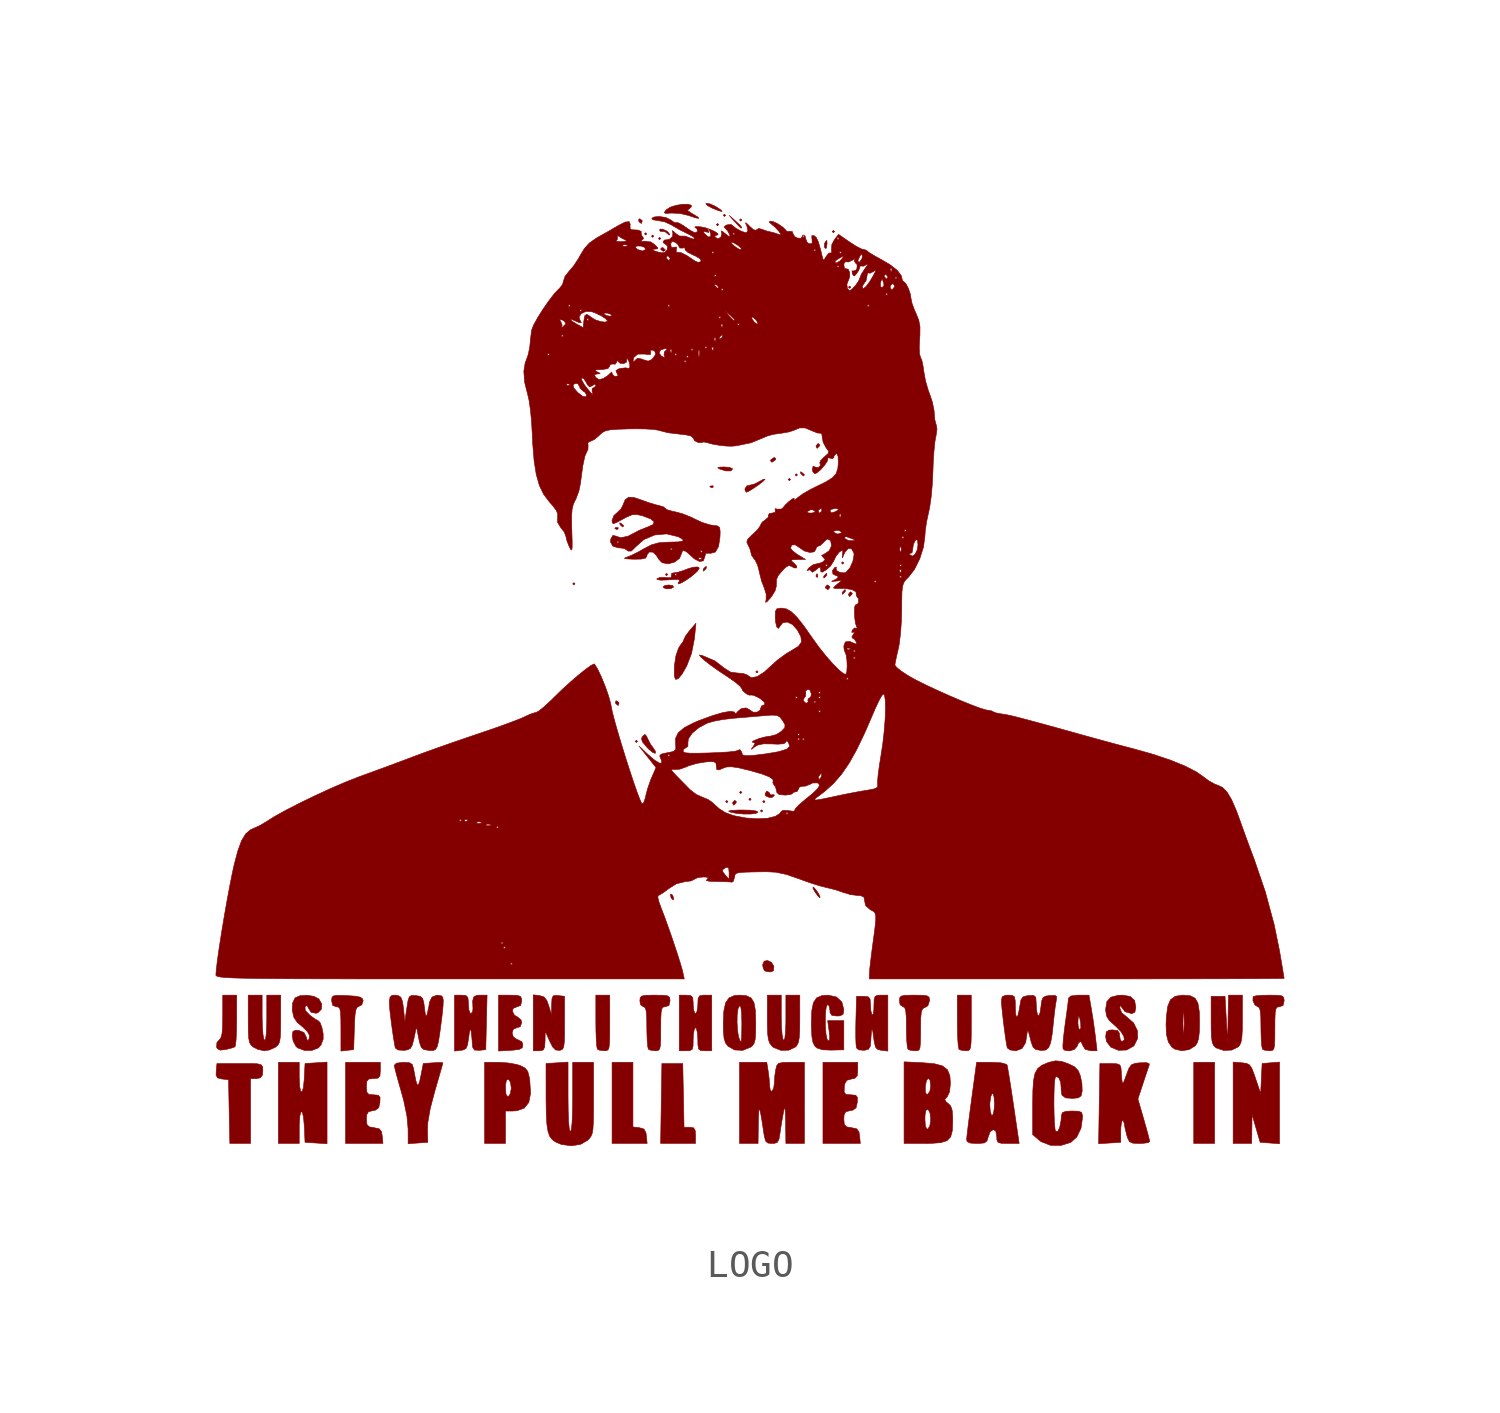
<source format=kicad_sym>
(kicad_symbol_lib
  (version 20220914)
  (generator "bitmap2component")
  (generator_version "9.0")
  (symbol "LOGO"
    (pin_names
      (offset 1.016))
    (property "Reference" "#G"
      (at 0 24.765 0)
      (effects (font (size 1.27 1.27)) hide))
    (symbol "LOGO_0_0"
      (polyline (pts (xy -6.228 -17.134) (xy -5.965 -16.98) (xy -5.911 -16.924) (xy -5.848 -16.838) (xy -5.805 -16.727) (xy -5.778 -16.562) (xy -5.764 -16.314) (xy -5.758 -15.955) (xy -5.757 -15.456) (xy -5.757 -14.139) (xy -6.138 -14.139) (xy -6.519 -14.139) (xy -6.519 -15.409) (xy -6.519 -15.48) (xy -6.526 -15.983) (xy -6.543 -16.36) (xy -6.569 -16.597) (xy -6.604 -16.679) (xy -6.609 -16.678) (xy -6.643 -16.574) (xy -6.668 -16.318) (xy -6.683 -15.923) (xy -6.689 -15.405) (xy -6.689 -14.13) (xy -7.091 -14.156) (xy -7.493 -14.182) (xy -7.492 -15.325) (xy -7.492 -15.494) (xy -7.484 -16.01) (xy -7.463 -16.39) (xy -7.422 -16.658) (xy -7.357 -16.842) (xy -7.262 -16.965) (xy -7.132 -17.055) (xy -6.93 -17.138) (xy -6.569 -17.188) (xy -6.228 -17.134)) (stroke (width 0.01) (type default)) (fill (type outline)))
      (polyline (pts (xy 11.679 -17.063) (xy 11.899 -16.865) (xy 12.052 -16.547) (xy 12.107 -16.159) (xy 12.105 -16.074) (xy 12.072 -15.968) (xy 11.961 -15.925) (xy 11.726 -15.917) (xy 11.512 -15.927) (xy 11.378 -15.971) (xy 11.339 -16.066) (xy 11.323 -16.266) (xy 11.274 -16.518) (xy 11.205 -16.658) (xy 11.125 -16.657) (xy 11.102 -16.572) (xy 11.082 -16.353) (xy 11.069 -16.045) (xy 11.063 -15.691) (xy 11.065 -15.335) (xy 11.074 -15.018) (xy 11.092 -14.785) (xy 11.117 -14.678) (xy 11.16 -14.656) (xy 11.246 -14.713) (xy 11.31 -14.867) (xy 11.327 -15.073) (xy 11.325 -15.125) (xy 11.355 -15.335) (xy 11.484 -15.436) (xy 11.744 -15.456) (xy 11.746 -15.456) (xy 11.958 -15.434) (xy 12.056 -15.361) (xy 12.094 -15.196) (xy 12.095 -15.176) (xy 12.085 -14.914) (xy 12.029 -14.634) (xy 11.951 -14.442) (xy 11.811 -14.297) (xy 11.562 -14.179) (xy 11.35 -14.108) (xy 11.127 -14.083) (xy 10.897 -14.134) (xy 10.833 -14.155) (xy 10.619 -14.247) (xy 10.47 -14.365) (xy 10.373 -14.54) (xy 10.318 -14.798) (xy 10.293 -15.168) (xy 10.287 -15.68) (xy 10.287 -16.779) (xy 10.524 -16.983) (xy 10.599 -17.039) (xy 10.93 -17.168) (xy 11.31 -17.177) (xy 11.679 -17.063)) (stroke (width 0.01) (type default)) (fill (type outline)))
      (polyline (pts (xy -18.288 -15.917) (xy -18.288 -14.732) (xy -18.076 -14.732) (xy -17.938 -14.706) (xy -17.854 -14.605) (xy -17.84 -14.44) (xy -17.844 -14.306) (xy -17.9 -14.229) (xy -18.036 -14.192) (xy -18.283 -14.182) (xy -18.669 -14.182) (xy -19.516 -14.182) (xy -19.542 -14.451) (xy -19.548 -14.604) (xy -19.493 -14.707) (xy -19.33 -14.747) (xy -19.092 -14.774) (xy -19.069 -15.938) (xy -19.045 -17.103) (xy -18.667 -17.103) (xy -18.288 -17.103) (xy -18.288 -15.917)) (stroke (width 0.01) (type default)) (fill (type outline)))
      (polyline (pts (xy -15.494 -15.621) (xy -15.494 -14.13) (xy -15.896 -14.156) (xy -16.298 -14.182) (xy -16.324 -14.711) (xy -16.325 -14.742) (xy -16.358 -15.06) (xy -16.406 -15.212) (xy -16.455 -15.2) (xy -16.494 -15.025) (xy -16.51 -14.69) (xy -16.51 -14.139) (xy -16.891 -14.139) (xy -17.272 -14.139) (xy -17.272 -15.621) (xy -17.272 -17.103) (xy -16.891 -17.103) (xy -16.51 -17.103) (xy -16.51 -16.51) (xy -16.509 -16.401) (xy -16.487 -16.092) (xy -16.447 -15.945) (xy -16.398 -15.961) (xy -16.353 -16.142) (xy -16.323 -16.489) (xy -16.298 -17.06) (xy -15.896 -17.086) (xy -15.494 -17.112) (xy -15.494 -15.621)) (stroke (width 0.01) (type default)) (fill (type outline)))
      (polyline (pts (xy -13.478 -16.828) (xy -13.502 -16.677) (xy -13.586 -16.567) (xy -13.78 -16.526) (xy -13.951 -16.496) (xy -14.037 -16.41) (xy -14.055 -16.214) (xy -14.046 -16.056) (xy -13.982 -15.944) (xy -13.822 -15.902) (xy -13.719 -15.883) (xy -13.607 -15.797) (xy -13.562 -15.6) (xy -13.557 -15.421) (xy -13.619 -15.34) (xy -13.795 -15.325) (xy -13.969 -15.309) (xy -14.041 -15.227) (xy -14.055 -15.028) (xy -14.041 -14.832) (xy -13.971 -14.748) (xy -13.801 -14.732) (xy -13.633 -14.716) (xy -13.561 -14.635) (xy -13.547 -14.436) (xy -13.547 -14.139) (xy -14.182 -14.139) (xy -14.817 -14.139) (xy -14.817 -15.621) (xy -14.817 -17.103) (xy -14.134 -17.103) (xy -13.451 -17.103) (xy -13.478 -16.828)) (stroke (width 0.01) (type default)) (fill (type outline)))
      (polyline (pts (xy -12.171 -17.086) (xy -11.811 -17.06) (xy -11.825 -16.603) (xy -11.812 -16.338) (xy -11.723 -15.825) (xy -11.549 -15.165) (xy -11.546 -15.155) (xy -11.435 -14.775) (xy -11.345 -14.461) (xy -11.283 -14.244) (xy -11.261 -14.157) (xy -11.273 -14.151) (xy -11.4 -14.145) (xy -11.619 -14.156) (xy -11.978 -14.182) (xy -12.069 -14.647) (xy -12.107 -14.823) (xy -12.156 -14.965) (xy -12.203 -14.955) (xy -12.254 -14.787) (xy -12.316 -14.457) (xy -12.328 -14.383) (xy -12.38 -14.216) (xy -12.486 -14.151) (xy -12.704 -14.139) (xy -12.738 -14.14) (xy -12.96 -14.17) (xy -13.037 -14.245) (xy -13.025 -14.316) (xy -12.973 -14.528) (xy -12.889 -14.835) (xy -12.785 -15.198) (xy -12.693 -15.532) (xy -12.574 -16.107) (xy -12.532 -16.578) (xy -12.531 -17.112) (xy -12.171 -17.086)) (stroke (width 0.01) (type default)) (fill (type outline)))
      (polyline (pts (xy -8.975 -16.51) (xy -8.975 -15.917) (xy -8.715 -15.917) (xy -8.555 -15.907) (xy -8.285 -15.81) (xy -8.122 -15.602) (xy -8.058 -15.271) (xy -8.087 -14.805) (xy -8.106 -14.682) (xy -8.16 -14.471) (xy -8.257 -14.349) (xy -8.431 -14.258) (xy -8.583 -14.212) (xy -8.893 -14.16) (xy -9.226 -14.139) (xy -9.737 -14.139) (xy -9.737 -15.071) (xy -8.975 -15.071) (xy -8.973 -14.98) (xy -8.942 -14.792) (xy -8.869 -14.753) (xy -8.861 -14.757) (xy -8.792 -14.869) (xy -8.763 -15.071) (xy -8.763 -15.092) (xy -8.797 -15.288) (xy -8.869 -15.388) (xy -8.896 -15.391) (xy -8.956 -15.307) (xy -8.975 -15.071) (xy -9.737 -15.071) (xy -9.737 -15.621) (xy -9.737 -17.103) (xy -9.356 -17.103) (xy -8.975 -17.103) (xy -8.975 -16.51)) (stroke (width 0.01) (type default)) (fill (type outline)))
      (polyline (pts (xy -3.826 -16.828) (xy -3.844 -16.706) (xy -3.918 -16.575) (xy -4.085 -16.526) (xy -4.318 -16.499) (xy -4.318 -15.319) (xy -4.318 -14.139) (xy -4.699 -14.139) (xy -5.08 -14.139) (xy -5.08 -15.621) (xy -5.08 -17.103) (xy -4.44 -17.103) (xy -3.799 -17.103) (xy -3.826 -16.828)) (stroke (width 0.01) (type default)) (fill (type outline)))
      (polyline (pts (xy -2.032 -16.806) (xy -2.042 -16.633) (xy -2.1 -16.532) (xy -2.241 -16.51) (xy -2.451 -16.51) (xy -2.474 -15.346) (xy -2.498 -14.182) (xy -2.879 -14.182) (xy -3.26 -14.182) (xy -3.283 -15.642) (xy -3.306 -17.103) (xy -2.669 -17.103) (xy -2.032 -17.103) (xy -2.032 -16.806)) (stroke (width 0.01) (type default)) (fill (type outline)))
      (polyline (pts (xy 0.263 -16.362) (xy 0.27 -16.069) (xy 0.284 -15.884) (xy 0.308 -15.851) (xy 0.343 -15.973) (xy 0.393 -16.255) (xy 0.46 -16.701) (xy 0.482 -16.84) (xy 0.53 -17.015) (xy 0.613 -17.088) (xy 0.762 -17.103) (xy 0.848 -17.1) (xy 0.959 -17.062) (xy 1.018 -16.943) (xy 1.059 -16.701) (xy 1.071 -16.611) (xy 1.126 -16.266) (xy 1.182 -15.96) (xy 1.198 -15.887) (xy 1.226 -15.801) (xy 1.244 -15.842) (xy 1.254 -16.024) (xy 1.261 -16.362) (xy 1.27 -17.103) (xy 1.609 -17.103) (xy 1.947 -17.103) (xy 1.947 -15.621) (xy 1.947 -14.139) (xy 1.45 -14.139) (xy 1.406 -14.139) (xy 1.146 -14.145) (xy 1.004 -14.177) (xy 0.937 -14.256) (xy 0.899 -14.404) (xy 0.864 -14.641) (xy 0.847 -14.907) (xy 0.824 -15.083) (xy 0.762 -15.198) (xy 0.702 -15.169) (xy 0.676 -15.012) (xy 0.676 -14.998) (xy 0.659 -14.74) (xy 0.623 -14.457) (xy 0.571 -14.139) (xy 0.073 -14.139) (xy -0.423 -14.139) (xy -0.423 -15.621) (xy -0.423 -17.103) (xy -0.085 -17.103) (xy 0.254 -17.103) (xy 0.263 -16.362)) (stroke (width 0.01) (type default)) (fill (type outline)))
      (polyline (pts (xy 3.963 -16.828) (xy 3.939 -16.677) (xy 3.856 -16.567) (xy 3.662 -16.526) (xy 3.49 -16.496) (xy 3.404 -16.41) (xy 3.387 -16.214) (xy 3.396 -16.056) (xy 3.459 -15.944) (xy 3.619 -15.902) (xy 3.722 -15.883) (xy 3.835 -15.797) (xy 3.879 -15.6) (xy 3.884 -15.42) (xy 3.821 -15.34) (xy 3.641 -15.325) (xy 3.469 -15.312) (xy 3.399 -15.238) (xy 3.402 -15.05) (xy 3.42 -14.928) (xy 3.494 -14.796) (xy 3.662 -14.748) (xy 3.794 -14.72) (xy 3.876 -14.631) (xy 3.895 -14.43) (xy 3.895 -14.139) (xy 3.26 -14.139) (xy 2.625 -14.139) (xy 2.625 -15.621) (xy 2.625 -17.103) (xy 3.307 -17.103) (xy 3.99 -17.103) (xy 3.963 -16.828)) (stroke (width 0.01) (type default)) (fill (type outline)))
      (polyline (pts (xy 6.56 -17.1) (xy 6.923 -17.074) (xy 7.157 -17.001) (xy 7.291 -16.86) (xy 7.352 -16.63) (xy 7.366 -16.29) (xy 7.365 -16.151) (xy 7.345 -15.893) (xy 7.293 -15.737) (xy 7.195 -15.638) (xy 7.128 -15.588) (xy 7.074 -15.503) (xy 7.152 -15.411) (xy 7.161 -15.403) (xy 7.25 -15.218) (xy 7.281 -14.904) (xy 7.261 -14.63) (xy 7.173 -14.411) (xy 6.994 -14.27) (xy 6.697 -14.19) (xy 6.257 -14.152) (xy 5.588 -14.121) (xy 5.588 -15.232) (xy 6.364 -15.232) (xy 6.365 -15.016) (xy 6.405 -14.806) (xy 6.472 -14.718) (xy 6.534 -14.782) (xy 6.562 -15) (xy 6.562 -15.009) (xy 6.528 -15.204) (xy 6.45 -15.305) (xy 6.411 -15.309) (xy 6.364 -15.232) (xy 5.588 -15.232) (xy 5.588 -15.612) (xy 5.588 -16.214) (xy 6.35 -16.214) (xy 6.354 -16.069) (xy 6.386 -15.89) (xy 6.456 -15.854) (xy 6.471 -15.862) (xy 6.536 -15.99) (xy 6.562 -16.214) (xy 6.561 -16.262) (xy 6.526 -16.472) (xy 6.456 -16.573) (xy 6.417 -16.573) (xy 6.366 -16.468) (xy 6.35 -16.214) (xy 5.588 -16.214) (xy 5.588 -17.103) (xy 6.322 -17.103) (xy 6.56 -17.1)) (stroke (width 0.01) (type default)) (fill (type outline)))
      (polyline (pts (xy 9.591 -15.727) (xy 9.544 -15.409) (xy 9.477 -14.974) (xy 9.42 -14.614) (xy 9.377 -14.361) (xy 9.354 -14.245) (xy 9.32 -14.208) (xy 9.129 -14.156) (xy 8.778 -14.139) (xy 8.237 -14.139) (xy 8.056 -15.48) (xy 8.025 -15.711) (xy 8.721 -15.711) (xy 8.724 -15.607) (xy 8.754 -15.392) (xy 8.805 -15.282) (xy 8.835 -15.284) (xy 8.875 -15.403) (xy 8.89 -15.658) (xy 8.884 -15.815) (xy 8.853 -16.01) (xy 8.805 -16.087) (xy 8.781 -16.07) (xy 8.738 -15.936) (xy 8.721 -15.711) (xy 8.025 -15.711) (xy 8.018 -15.76) (xy 7.961 -16.2) (xy 7.915 -16.568) (xy 7.885 -16.832) (xy 7.874 -16.962) (xy 7.894 -17.034) (xy 8.004 -17.088) (xy 8.244 -17.103) (xy 8.339 -17.102) (xy 8.528 -17.081) (xy 8.619 -17.007) (xy 8.666 -16.849) (xy 8.735 -16.671) (xy 8.845 -16.595) (xy 8.938 -16.648) (xy 8.975 -16.849) (xy 8.978 -16.965) (xy 9.018 -17.06) (xy 9.138 -17.096) (xy 9.384 -17.103) (xy 9.793 -17.103) (xy 9.591 -15.727)) (stroke (width 0.01) (type default)) (fill (type outline)))
      (polyline (pts (xy 13.1 -17.086) (xy 13.504 -17.06) (xy 13.504 -16.658) (xy 13.508 -16.525) (xy 13.531 -16.332) (xy 13.568 -16.256) (xy 13.591 -16.263) (xy 13.632 -16.362) (xy 13.633 -16.382) (xy 13.663 -16.552) (xy 13.72 -16.785) (xy 13.754 -16.9) (xy 13.825 -17.039) (xy 13.95 -17.093) (xy 14.186 -17.103) (xy 14.296 -17.1) (xy 14.487 -17.076) (xy 14.563 -17.035) (xy 14.557 -17.002) (xy 14.516 -16.831) (xy 14.442 -16.558) (xy 14.347 -16.223) (xy 14.131 -15.478) (xy 14.317 -14.915) (xy 14.318 -14.912) (xy 14.416 -14.614) (xy 14.498 -14.373) (xy 14.544 -14.24) (xy 14.545 -14.19) (xy 14.453 -14.151) (xy 14.221 -14.155) (xy 14.03 -14.175) (xy 13.893 -14.229) (xy 13.802 -14.358) (xy 13.708 -14.605) (xy 13.645 -14.782) (xy 13.592 -14.898) (xy 13.56 -14.88) (xy 13.538 -14.715) (xy 13.517 -14.393) (xy 13.513 -14.342) (xy 13.474 -14.236) (xy 13.36 -14.191) (xy 13.123 -14.182) (xy 12.742 -14.182) (xy 12.719 -15.647) (xy 12.696 -17.112) (xy 13.1 -17.086)) (stroke (width 0.01) (type default)) (fill (type outline)))
      (polyline (pts (xy 16.933 -15.621) (xy 16.933 -14.139) (xy 16.552 -14.139) (xy 16.171 -14.139) (xy 16.171 -15.621) (xy 16.171 -17.103) (xy 16.552 -17.103) (xy 16.933 -17.103) (xy 16.933 -15.621)) (stroke (width 0.01) (type default)) (fill (type outline)))
      (polyline (pts (xy 19.304 -15.621) (xy 19.304 -14.129) (xy 18.986 -14.155) (xy 18.669 -14.182) (xy 18.642 -14.732) (xy 18.616 -15.282) (xy 18.431 -14.732) (xy 18.385 -14.596) (xy 18.294 -14.36) (xy 18.209 -14.233) (xy 18.098 -14.177) (xy 17.928 -14.155) (xy 17.611 -14.129) (xy 17.611 -15.616) (xy 17.611 -17.103) (xy 17.949 -17.103) (xy 18.288 -17.103) (xy 18.295 -16.573) (xy 18.302 -16.044) (xy 18.449 -16.552) (xy 18.597 -17.06) (xy 18.951 -17.086) (xy 19.304 -17.112) (xy 19.304 -15.621)) (stroke (width 0.01) (type default)) (fill (type outline)))
      (polyline (pts (xy -19.198 -13.67) (xy -19.185 -13.668) (xy -18.98 -13.616) (xy -18.86 -13.574) (xy -18.838 -13.506) (xy -18.816 -13.299) (xy -18.802 -12.988) (xy -18.796 -12.61) (xy -18.796 -11.684) (xy -19.05 -11.684) (xy -19.304 -11.684) (xy -19.304 -12.458) (xy -19.304 -12.464) (xy -19.31 -12.849) (xy -19.332 -13.1) (xy -19.375 -13.251) (xy -19.445 -13.335) (xy -19.516 -13.412) (xy -19.529 -13.583) (xy -19.505 -13.633) (xy -19.402 -13.693) (xy -19.198 -13.67)) (stroke (width 0.01) (type default)) (fill (type outline)))
      (polyline (pts (xy -17.603 -13.687) (xy -17.376 -13.584) (xy -17.363 -13.575) (xy -17.282 -13.502) (xy -17.231 -13.4) (xy -17.203 -13.233) (xy -17.19 -12.968) (xy -17.187 -12.568) (xy -17.187 -11.684) (xy -17.441 -11.684) (xy -17.695 -11.684) (xy -17.695 -12.536) (xy -17.697 -12.707) (xy -17.71 -13.07) (xy -17.738 -13.282) (xy -17.78 -13.335) (xy -17.8 -13.299) (xy -17.834 -13.122) (xy -17.856 -12.837) (xy -17.865 -12.483) (xy -17.865 -11.684) (xy -18.119 -11.684) (xy -18.373 -11.684) (xy -18.373 -12.568) (xy -18.373 -12.627) (xy -18.369 -13.008) (xy -18.355 -13.259) (xy -18.324 -13.415) (xy -18.269 -13.512) (xy -18.184 -13.584) (xy -18.019 -13.666) (xy -17.78 -13.716) (xy -17.603 -13.687)) (stroke (width 0.01) (type default)) (fill (type outline)))
      (polyline (pts (xy -15.808 -13.61) (xy -15.714 -13.499) (xy -15.635 -13.293) (xy -15.635 -13.29) (xy -15.637 -13.091) (xy -15.68 -12.869) (xy -15.747 -12.689) (xy -15.82 -12.615) (xy -15.831 -12.613) (xy -15.947 -12.546) (xy -16.122 -12.417) (xy -16.122 -12.417) (xy -16.29 -12.241) (xy -16.298 -12.107) (xy -16.29 -12.094) (xy -16.224 -12.061) (xy -16.158 -12.183) (xy -16.074 -12.312) (xy -15.897 -12.346) (xy -15.826 -12.326) (xy -15.701 -12.199) (xy -15.686 -12.011) (xy -15.792 -11.822) (xy -15.972 -11.728) (xy -16.229 -11.688) (xy -16.485 -11.706) (xy -16.663 -11.786) (xy -16.75 -11.967) (xy -16.765 -12.229) (xy -16.707 -12.492) (xy -16.582 -12.68) (xy -16.372 -12.855) (xy -16.203 -13.026) (xy -16.136 -13.154) (xy -16.148 -13.27) (xy -16.173 -13.327) (xy -16.213 -13.345) (xy -16.256 -13.208) (xy -16.337 -13.048) (xy -16.535 -12.97) (xy -16.637 -12.963) (xy -16.741 -13.009) (xy -16.764 -13.175) (xy -16.732 -13.358) (xy -16.624 -13.561) (xy -16.56 -13.615) (xy -16.32 -13.702) (xy -16.043 -13.702) (xy -15.808 -13.61)) (stroke (width 0.01) (type default)) (fill (type outline)))
      (polyline (pts (xy -14.753 -13.7) (xy -14.52 -13.674) (xy -14.496 -12.899) (xy -14.489 -12.691) (xy -14.47 -12.394) (xy -14.439 -12.216) (xy -14.389 -12.123) (xy -14.312 -12.084) (xy -14.224 -12.036) (xy -14.174 -11.884) (xy -14.194 -11.821) (xy -14.276 -11.758) (xy -14.452 -11.722) (xy -14.761 -11.701) (xy -14.898 -11.695) (xy -15.141 -11.692) (xy -15.268 -11.715) (xy -15.317 -11.777) (xy -15.325 -11.892) (xy -15.287 -12.059) (xy -15.155 -12.107) (xy -15.079 -12.118) (xy -15.028 -12.174) (xy -15.001 -12.305) (xy -14.989 -12.542) (xy -14.986 -12.917) (xy -14.986 -13.727) (xy -14.753 -13.7)) (stroke (width 0.01) (type default)) (fill (type outline)))
      (polyline (pts (xy -11.534 -13.671) (xy -11.472 -13.572) (xy -11.423 -13.382) (xy -11.375 -13.076) (xy -11.316 -12.629) (xy -11.294 -12.453) (xy -11.257 -12.104) (xy -11.247 -11.882) (xy -11.266 -11.761) (xy -11.312 -11.711) (xy -11.472 -11.682) (xy -11.66 -11.754) (xy -11.75 -11.939) (xy -11.775 -12.103) (xy -11.831 -12.361) (xy -11.842 -12.4) (xy -11.875 -12.46) (xy -11.903 -12.382) (xy -11.934 -12.15) (xy -11.957 -11.968) (xy -12.001 -11.802) (xy -12.087 -11.728) (xy -12.245 -11.7) (xy -12.273 -11.698) (xy -12.411 -11.696) (xy -12.49 -11.748) (xy -12.537 -11.892) (xy -12.581 -12.166) (xy -12.652 -12.658) (xy -12.697 -12.193) (xy -12.737 -11.914) (xy -12.798 -11.758) (xy -12.896 -11.699) (xy -12.992 -11.683) (xy -13.12 -11.69) (xy -13.193 -11.762) (xy -13.218 -11.926) (xy -13.202 -12.206) (xy -13.152 -12.629) (xy -13.117 -12.895) (xy -13.067 -13.235) (xy -13.025 -13.489) (xy -12.998 -13.616) (xy -12.901 -13.687) (xy -12.68 -13.7) (xy -12.571 -13.686) (xy -12.45 -13.633) (xy -12.377 -13.504) (xy -12.315 -13.254) (xy -12.227 -12.835) (xy -12.146 -13.254) (xy -12.111 -13.422) (xy -12.051 -13.593) (xy -11.956 -13.671) (xy -11.789 -13.7) (xy -11.74 -13.705) (xy -11.619 -13.707) (xy -11.534 -13.671)) (stroke (width 0.01) (type default)) (fill (type outline)))
      (polyline (pts (xy -10.604 -13.7) (xy -10.526 -13.688) (xy -10.419 -13.635) (xy -10.361 -13.504) (xy -10.322 -13.25) (xy -10.291 -13.033) (xy -10.26 -12.924) (xy -10.232 -12.982) (xy -10.206 -13.208) (xy -10.193 -13.365) (xy -10.175 -13.573) (xy -10.173 -13.589) (xy -10.107 -13.69) (xy -9.927 -13.7) (xy -9.694 -13.674) (xy -9.671 -12.679) (xy -9.647 -11.684) (xy -9.903 -11.684) (xy -10.024 -11.691) (xy -10.134 -11.749) (xy -10.174 -11.896) (xy -10.163 -12.171) (xy -10.174 -12.29) (xy -10.239 -12.361) (xy -10.259 -12.353) (xy -10.309 -12.235) (xy -10.329 -12.023) (xy -10.33 -11.95) (xy -10.348 -11.77) (xy -10.421 -11.697) (xy -10.583 -11.684) (xy -10.837 -11.684) (xy -10.837 -12.706) (xy -10.837 -13.727) (xy -10.604 -13.7)) (stroke (width 0.01) (type default)) (fill (type outline)))
      (polyline (pts (xy -8.784 -13.699) (xy -8.678 -13.692) (xy -8.463 -13.663) (xy -8.364 -13.606) (xy -8.34 -13.504) (xy -8.371 -13.392) (xy -8.53 -13.308) (xy -8.558 -13.302) (xy -8.688 -13.209) (xy -8.733 -13.063) (xy -8.688 -12.928) (xy -8.551 -12.869) (xy -8.438 -12.839) (xy -8.382 -12.692) (xy -8.408 -12.584) (xy -8.551 -12.47) (xy -8.649 -12.416) (xy -8.721 -12.267) (xy -8.694 -12.168) (xy -8.551 -12.107) (xy -8.422 -12.062) (xy -8.382 -11.896) (xy -8.386 -11.811) (xy -8.429 -11.726) (xy -8.554 -11.691) (xy -8.805 -11.684) (xy -9.229 -11.684) (xy -9.229 -12.704) (xy -9.229 -13.725) (xy -8.784 -13.699)) (stroke (width 0.01) (type default)) (fill (type outline)))
      (polyline (pts (xy -7.71 -13.715) (xy -7.595 -13.687) (xy -7.543 -13.583) (xy -7.529 -13.356) (xy -7.523 -12.996) (xy -7.361 -13.362) (xy -7.252 -13.576) (xy -7.142 -13.687) (xy -7.007 -13.701) (xy -6.946 -13.689) (xy -6.884 -13.652) (xy -6.846 -13.564) (xy -6.825 -13.396) (xy -6.817 -13.118) (xy -6.816 -12.7) (xy -6.816 -11.726) (xy -7.048 -11.7) (xy -7.122 -11.693) (xy -7.231 -11.71) (xy -7.276 -11.811) (xy -7.288 -12.038) (xy -7.294 -12.404) (xy -7.396 -12.065) (xy -7.459 -11.889) (xy -7.564 -11.751) (xy -7.728 -11.7) (xy -7.959 -11.673) (xy -7.959 -12.694) (xy -7.959 -13.716) (xy -7.747 -13.716) (xy -7.71 -13.715)) (stroke (width 0.01) (type default)) (fill (type outline)))
      (polyline (pts (xy -5.282 -13.711) (xy -5.225 -13.678) (xy -5.191 -13.589) (xy -5.173 -13.415) (xy -5.166 -13.128) (xy -5.165 -12.7) (xy -5.165 -11.684) (xy -5.419 -11.684) (xy -5.673 -11.684) (xy -5.673 -12.643) (xy -5.669 -12.989) (xy -5.657 -13.321) (xy -5.639 -13.557) (xy -5.616 -13.659) (xy -5.54 -13.694) (xy -5.362 -13.716) (xy -5.282 -13.711)) (stroke (width 0.01) (type default)) (fill (type outline)))
      (polyline (pts (xy -3.477 -13.716) (xy -3.393 -13.704) (xy -3.341 -13.649) (xy -3.314 -13.519) (xy -3.304 -13.284) (xy -3.302 -12.912) (xy -3.3 -12.553) (xy -3.288 -12.311) (xy -3.261 -12.177) (xy -3.211 -12.119) (xy -3.133 -12.107) (xy -3.003 -12.062) (xy -2.963 -11.896) (xy -2.964 -11.861) (xy -2.981 -11.761) (xy -3.053 -11.709) (xy -3.218 -11.688) (xy -3.514 -11.684) (xy -3.604 -11.684) (xy -3.862 -11.691) (xy -4 -11.719) (xy -4.054 -11.782) (xy -4.064 -11.896) (xy -4.039 -12.034) (xy -3.937 -12.107) (xy -3.931 -12.107) (xy -3.871 -12.143) (xy -3.834 -12.26) (xy -3.815 -12.487) (xy -3.81 -12.855) (xy -3.809 -13.005) (xy -3.798 -13.323) (xy -3.779 -13.555) (xy -3.754 -13.659) (xy -3.677 -13.694) (xy -3.5 -13.716) (xy -3.477 -13.716)) (stroke (width 0.01) (type default)) (fill (type outline)))
      (polyline (pts (xy -2.245 -13.711) (xy -2.156 -13.668) (xy -2.122 -13.543) (xy -2.117 -13.293) (xy -2.111 -13.14) (xy -2.08 -12.945) (xy -2.032 -12.869) (xy -2.002 -12.898) (xy -1.963 -13.051) (xy -1.947 -13.293) (xy -1.944 -13.502) (xy -1.919 -13.65) (xy -1.844 -13.707) (xy -1.693 -13.716) (xy -1.439 -13.716) (xy -1.439 -12.7) (xy -1.439 -11.684) (xy -1.693 -11.684) (xy -1.748 -11.684) (xy -1.883 -11.709) (xy -1.937 -11.806) (xy -1.947 -12.023) (xy -1.95 -12.098) (xy -1.979 -12.286) (xy -2.032 -12.361) (xy -2.051 -12.353) (xy -2.098 -12.235) (xy -2.117 -12.023) (xy -2.117 -11.95) (xy -2.135 -11.77) (xy -2.208 -11.697) (xy -2.371 -11.684) (xy -2.625 -11.684) (xy -2.625 -12.7) (xy -2.625 -13.716) (xy -2.371 -13.716) (xy -2.245 -13.711)) (stroke (width 0.01) (type default)) (fill (type outline)))
      (polyline (pts (xy -0.019 -13.584) (xy 0.04 -13.538) (xy 0.109 -13.446) (xy 0.148 -13.302) (xy 0.165 -13.067) (xy 0.169 -12.701) (xy 0.169 -12.65) (xy 0.154 -12.231) (xy 0.103 -11.952) (xy -0.001 -11.786) (xy -0.171 -11.705) (xy -0.425 -11.684) (xy -0.616 -11.7) (xy -0.811 -11.787) (xy -0.934 -11.97) (xy -0.998 -12.273) (xy -1.014 -12.673) (xy -0.514 -12.673) (xy -0.509 -12.397) (xy -0.479 -12.178) (xy -0.423 -12.065) (xy -0.42 -12.063) (xy -0.376 -12.123) (xy -0.348 -12.337) (xy -0.339 -12.695) (xy -0.339 -12.795) (xy -0.344 -13.092) (xy -0.354 -13.299) (xy -0.367 -13.377) (xy -0.406 -13.351) (xy -0.461 -13.199) (xy -0.498 -12.957) (xy -0.514 -12.673) (xy -1.014 -12.673) (xy -1.016 -12.719) (xy -1.012 -13.01) (xy -0.988 -13.264) (xy -0.936 -13.428) (xy -0.847 -13.547) (xy -0.607 -13.685) (xy -0.308 -13.701) (xy -0.019 -13.584)) (stroke (width 0.01) (type default)) (fill (type outline)))
      (polyline (pts (xy 1.38 -13.694) (xy 1.623 -13.576) (xy 1.666 -13.53) (xy 1.723 -13.42) (xy 1.757 -13.244) (xy 1.774 -12.969) (xy 1.778 -12.56) (xy 1.778 -11.684) (xy 1.524 -11.684) (xy 1.27 -11.684) (xy 1.27 -12.536) (xy 1.269 -12.707) (xy 1.255 -13.07) (xy 1.227 -13.282) (xy 1.185 -13.335) (xy 1.165 -13.299) (xy 1.132 -13.122) (xy 1.109 -12.837) (xy 1.101 -12.483) (xy 1.101 -11.684) (xy 0.847 -11.684) (xy 0.593 -11.684) (xy 0.593 -12.531) (xy 0.594 -12.791) (xy 0.605 -13.106) (xy 0.633 -13.312) (xy 0.683 -13.446) (xy 0.762 -13.547) (xy 0.825 -13.599) (xy 1.088 -13.701) (xy 1.38 -13.694)) (stroke (width 0.01) (type default)) (fill (type outline)))
      (polyline (pts (xy 3.387 -13.681) (xy 3.387 -13.148) (xy 3.387 -12.615) (xy 3.092 -12.615) (xy 2.797 -12.615) (xy 2.851 -13.009) (xy 2.871 -13.194) (xy 2.863 -13.334) (xy 2.807 -13.343) (xy 2.774 -13.289) (xy 2.736 -13.106) (xy 2.715 -12.847) (xy 2.709 -12.56) (xy 2.72 -12.294) (xy 2.748 -12.099) (xy 2.794 -12.023) (xy 2.85 -12.075) (xy 2.879 -12.234) (xy 2.885 -12.326) (xy 2.951 -12.423) (xy 3.133 -12.446) (xy 3.253 -12.44) (xy 3.362 -12.381) (xy 3.387 -12.22) (xy 3.387 -12.219) (xy 3.315 -11.936) (xy 3.115 -11.75) (xy 2.809 -11.684) (xy 2.579 -11.703) (xy 2.391 -11.786) (xy 2.275 -11.961) (xy 2.217 -12.252) (xy 2.201 -12.685) (xy 2.203 -12.853) (xy 2.22 -13.199) (xy 2.263 -13.422) (xy 2.335 -13.554) (xy 2.414 -13.618) (xy 2.611 -13.68) (xy 2.928 -13.692) (xy 3.387 -13.681)) (stroke (width 0.01) (type default)) (fill (type outline)))
      (polyline (pts (xy 4.995 -12.706) (xy 4.995 -11.684) (xy 4.741 -11.684) (xy 4.635 -11.687) (xy 4.533 -11.724) (xy 4.494 -11.839) (xy 4.487 -12.079) (xy 4.484 -12.21) (xy 4.46 -12.374) (xy 4.424 -12.411) (xy 4.415 -12.4) (xy 4.376 -12.258) (xy 4.36 -12.037) (xy 4.36 -12.016) (xy 4.345 -11.821) (xy 4.274 -11.742) (xy 4.106 -11.726) (xy 3.852 -11.726) (xy 3.828 -12.61) (xy 3.823 -12.879) (xy 3.823 -13.222) (xy 3.832 -13.48) (xy 3.849 -13.61) (xy 3.928 -13.682) (xy 4.127 -13.7) (xy 4.138 -13.699) (xy 4.285 -13.66) (xy 4.352 -13.556) (xy 4.375 -13.335) (xy 4.378 -13.26) (xy 4.396 -13.007) (xy 4.417 -12.922) (xy 4.445 -13.004) (xy 4.479 -13.25) (xy 4.498 -13.392) (xy 4.543 -13.58) (xy 4.622 -13.668) (xy 4.763 -13.7) (xy 4.995 -13.727) (xy 4.995 -12.706)) (stroke (width 0.01) (type default)) (fill (type outline)))
      (polyline (pts (xy 6.085 -13.712) (xy 6.138 -13.681) (xy 6.17 -13.593) (xy 6.185 -13.421) (xy 6.191 -13.137) (xy 6.194 -12.711) (xy 6.198 -12.506) (xy 6.219 -12.29) (xy 6.269 -12.178) (xy 6.358 -12.13) (xy 6.457 -12.071) (xy 6.519 -11.886) (xy 6.519 -11.86) (xy 6.502 -11.762) (xy 6.43 -11.709) (xy 6.265 -11.688) (xy 5.969 -11.684) (xy 5.879 -11.684) (xy 5.62 -11.691) (xy 5.483 -11.719) (xy 5.428 -11.782) (xy 5.419 -11.896) (xy 5.444 -12.034) (xy 5.546 -12.107) (xy 5.551 -12.107) (xy 5.612 -12.143) (xy 5.649 -12.26) (xy 5.668 -12.487) (xy 5.673 -12.855) (xy 5.674 -13.005) (xy 5.684 -13.323) (xy 5.704 -13.555) (xy 5.729 -13.659) (xy 5.805 -13.694) (xy 5.983 -13.716) (xy 6.005 -13.716) (xy 6.085 -13.712)) (stroke (width 0.01) (type default)) (fill (type outline)))
      (polyline (pts (xy 7.926 -13.711) (xy 7.983 -13.678) (xy 8.017 -13.589) (xy 8.035 -13.415) (xy 8.042 -13.128) (xy 8.043 -12.7) (xy 8.043 -11.684) (xy 7.789 -11.684) (xy 7.535 -11.684) (xy 7.535 -12.643) (xy 7.539 -12.989) (xy 7.551 -13.321) (xy 7.569 -13.557) (xy 7.592 -13.659) (xy 7.668 -13.694) (xy 7.846 -13.716) (xy 7.926 -13.711)) (stroke (width 0.01) (type default)) (fill (type outline)))
      (polyline (pts (xy 9.682 -13.715) (xy 9.897 -13.634) (xy 10.03 -13.417) (xy 10.085 -13.054) (xy 10.1 -12.971) (xy 10.136 -13.029) (xy 10.195 -13.25) (xy 10.235 -13.411) (xy 10.304 -13.588) (xy 10.402 -13.669) (xy 10.566 -13.7) (xy 10.615 -13.704) (xy 10.763 -13.688) (xy 10.867 -13.605) (xy 10.941 -13.43) (xy 10.995 -13.136) (xy 11.043 -12.7) (xy 11.045 -12.674) (xy 11.081 -12.337) (xy 11.119 -12.048) (xy 11.15 -11.868) (xy 11.166 -11.742) (xy 11.101 -11.692) (xy 10.912 -11.699) (xy 10.776 -11.716) (xy 10.668 -11.769) (xy 10.615 -11.898) (xy 10.583 -12.15) (xy 10.56 -12.31) (xy 10.514 -12.432) (xy 10.466 -12.408) (xy 10.429 -12.249) (xy 10.414 -11.968) (xy 10.414 -11.944) (xy 10.399 -11.76) (xy 10.323 -11.695) (xy 10.139 -11.7) (xy 10.081 -11.706) (xy 9.932 -11.748) (xy 9.858 -11.857) (xy 9.816 -12.085) (xy 9.798 -12.203) (xy 9.747 -12.426) (xy 9.7 -12.488) (xy 9.665 -12.387) (xy 9.652 -12.121) (xy 9.649 -11.892) (xy 9.622 -11.748) (xy 9.546 -11.693) (xy 9.398 -11.684) (xy 9.298 -11.688) (xy 9.174 -11.74) (xy 9.144 -11.882) (xy 9.147 -11.958) (xy 9.167 -12.198) (xy 9.202 -12.519) (xy 9.244 -12.87) (xy 9.289 -13.202) (xy 9.329 -13.466) (xy 9.358 -13.61) (xy 9.359 -13.611) (xy 9.459 -13.685) (xy 9.651 -13.716) (xy 9.682 -13.715)) (stroke (width 0.01) (type default)) (fill (type outline)))
      (polyline (pts (xy 11.811 -13.665) (xy 11.913 -13.547) (xy 11.952 -13.448) (xy 12.023 -13.377) (xy 12.069 -13.409) (xy 12.132 -13.547) (xy 12.207 -13.665) (xy 12.407 -13.716) (xy 12.639 -13.716) (xy 12.582 -13.229) (xy 12.555 -13.014) (xy 12.497 -12.6) (xy 12.435 -12.213) (xy 12.344 -11.684) (xy 11.972 -11.684) (xy 11.912 -11.685) (xy 11.679 -11.716) (xy 11.597 -11.79) (xy 11.591 -11.851) (xy 11.566 -12.06) (xy 11.525 -12.369) (xy 11.479 -12.7) (xy 11.938 -12.7) (xy 11.938 -12.697) (xy 11.948 -12.52) (xy 11.971 -12.446) (xy 11.971 -12.446) (xy 12.005 -12.522) (xy 12.041 -12.7) (xy 12.042 -12.707) (xy 12.046 -12.882) (xy 12.008 -12.954) (xy 12.007 -12.954) (xy 11.958 -12.878) (xy 11.938 -12.7) (xy 11.479 -12.7) (xy 11.474 -12.736) (xy 11.442 -12.976) (xy 11.406 -13.301) (xy 11.39 -13.537) (xy 11.397 -13.646) (xy 11.463 -13.701) (xy 11.634 -13.721) (xy 11.811 -13.665)) (stroke (width 0.01) (type default)) (fill (type outline)))
      (polyline (pts (xy 13.719 -13.688) (xy 13.97 -13.547) (xy 13.992 -13.524) (xy 14.12 -13.268) (xy 14.112 -12.98) (xy 13.975 -12.702) (xy 13.721 -12.478) (xy 13.54 -12.329) (xy 13.469 -12.152) (xy 13.485 -12.05) (xy 13.524 -12.107) (xy 13.66 -12.288) (xy 13.906 -12.36) (xy 14.02 -12.307) (xy 14.055 -12.124) (xy 14.01 -11.88) (xy 13.852 -11.731) (xy 13.566 -11.684) (xy 13.41 -11.69) (xy 13.142 -11.759) (xy 12.997 -11.92) (xy 12.954 -12.191) (xy 12.954 -12.238) (xy 12.984 -12.444) (xy 13.084 -12.608) (xy 13.293 -12.795) (xy 13.321 -12.818) (xy 13.507 -13.01) (xy 13.617 -13.19) (xy 13.635 -13.325) (xy 13.547 -13.377) (xy 13.491 -13.325) (xy 13.462 -13.166) (xy 13.456 -13.074) (xy 13.389 -12.977) (xy 13.208 -12.954) (xy 13.076 -12.961) (xy 12.976 -13.027) (xy 12.954 -13.203) (xy 12.982 -13.375) (xy 13.142 -13.584) (xy 13.419 -13.699) (xy 13.719 -13.688)) (stroke (width 0.01) (type default)) (fill (type outline)))
      (polyline (pts (xy 16.003 -13.674) (xy 16.222 -13.537) (xy 16.296 -13.431) (xy 16.349 -13.267) (xy 16.376 -13.018) (xy 16.383 -12.642) (xy 16.373 -12.282) (xy 16.325 -11.98) (xy 16.223 -11.798) (xy 16.05 -11.708) (xy 15.79 -11.684) (xy 15.762 -11.684) (xy 15.495 -11.725) (xy 15.321 -11.852) (xy 15.22 -12.094) (xy 15.171 -12.476) (xy 15.162 -12.7) (xy 15.777 -12.7) (xy 15.779 -12.529) (xy 15.785 -12.324) (xy 15.796 -12.256) (xy 15.81 -12.34) (xy 15.813 -12.376) (xy 15.823 -12.723) (xy 15.81 -13.06) (xy 15.802 -13.128) (xy 15.789 -13.123) (xy 15.781 -12.975) (xy 15.777 -12.7) (xy 15.162 -12.7) (xy 15.159 -12.765) (xy 15.176 -13.136) (xy 15.245 -13.397) (xy 15.373 -13.583) (xy 15.471 -13.653) (xy 15.727 -13.714) (xy 16.003 -13.674)) (stroke (width 0.01) (type default)) (fill (type outline)))
      (polyline (pts (xy 17.557 -13.691) (xy 17.794 -13.576) (xy 17.838 -13.53) (xy 17.894 -13.42) (xy 17.928 -13.244) (xy 17.945 -12.969) (xy 17.949 -12.56) (xy 17.949 -11.684) (xy 17.695 -11.684) (xy 17.441 -11.684) (xy 17.425 -12.552) (xy 17.409 -13.42) (xy 17.361 -12.573) (xy 17.314 -11.726) (xy 17.06 -11.726) (xy 16.806 -11.726) (xy 16.806 -12.601) (xy 16.808 -12.931) (xy 16.82 -13.224) (xy 16.847 -13.41) (xy 16.895 -13.522) (xy 16.971 -13.596) (xy 16.998 -13.614) (xy 17.264 -13.704) (xy 17.557 -13.691)) (stroke (width 0.01) (type default)) (fill (type outline)))
      (polyline (pts (xy 18.96 -13.716) (xy 19.044 -13.704) (xy 19.095 -13.649) (xy 19.122 -13.519) (xy 19.133 -13.284) (xy 19.135 -12.912) (xy 19.137 -12.553) (xy 19.148 -12.311) (xy 19.176 -12.177) (xy 19.225 -12.119) (xy 19.304 -12.107) (xy 19.434 -12.062) (xy 19.473 -11.896) (xy 19.473 -11.869) (xy 19.457 -11.765) (xy 19.389 -11.71) (xy 19.228 -11.688) (xy 18.937 -11.684) (xy 18.679 -11.69) (xy 18.457 -11.707) (xy 18.354 -11.731) (xy 18.339 -11.751) (xy 18.334 -11.889) (xy 18.403 -12.038) (xy 18.509 -12.107) (xy 18.56 -12.133) (xy 18.6 -12.249) (xy 18.621 -12.48) (xy 18.627 -12.855) (xy 18.628 -13.005) (xy 18.638 -13.323) (xy 18.658 -13.555) (xy 18.683 -13.659) (xy 18.759 -13.694) (xy 18.937 -13.716) (xy 18.96 -13.716)) (stroke (width 0.01) (type default)) (fill (type outline)))
      (polyline (pts (xy -2.5 -10.828) (xy -2.518 -10.752) (xy -2.599 -10.476) (xy -2.718 -10.103) (xy -2.861 -9.674) (xy -3.014 -9.233) (xy -3.162 -8.824) (xy -3.291 -8.488) (xy -3.361 -8.296) (xy -3.408 -8.114) (xy -3.397 -8.043) (xy -3.357 -8.03) (xy -3.207 -7.938) (xy -3.006 -7.789) (xy -2.732 -7.616) (xy -2.406 -7.535) (xy -2.391 -7.535) (xy -2.188 -7.509) (xy -2.074 -7.451) (xy -2.073 -7.448) (xy -1.955 -7.391) (xy -1.752 -7.367) (xy -1.653 -7.37) (xy -1.558 -7.394) (xy -1.609 -7.451) (xy -1.634 -7.496) (xy -1.52 -7.524) (xy -1.249 -7.534) (xy -1.039 -7.537) (xy -0.812 -7.545) (xy -0.699 -7.556) (xy -0.652 -7.527) (xy -0.608 -7.387) (xy -0.601 -7.333) (xy -0.582 -7.271) (xy -0.531 -7.23) (xy -0.419 -7.205) (xy -0.22 -7.191) (xy 0.094 -7.182) (xy 0.55 -7.175) (xy 0.901 -7.192) (xy 1.281 -7.272) (xy 1.736 -7.428) (xy 1.814 -7.458) (xy 2.177 -7.587) (xy 2.51 -7.692) (xy 2.752 -7.753) (xy 2.783 -7.759) (xy 3.089 -7.836) (xy 3.363 -7.93) (xy 3.626 -8.009) (xy 3.892 -8.043) (xy 4.008 -8.049) (xy 4.122 -8.105) (xy 4.149 -8.257) (xy 4.185 -8.416) (xy 4.36 -8.567) (xy 4.413 -8.591) (xy 4.492 -8.639) (xy 4.539 -8.712) (xy 4.556 -8.838) (xy 4.545 -9.046) (xy 4.507 -9.364) (xy 4.445 -9.821) (xy 4.409 -10.094) (xy 4.364 -10.455) (xy 4.333 -10.739) (xy 4.321 -10.901) (xy 4.318 -11.091) (xy 11.896 -11.091) (xy 13.004 -11.091) (xy 14.071 -11.09) (xy 15.077 -11.089) (xy 16.009 -11.088) (xy 16.857 -11.086) (xy 17.606 -11.084) (xy 18.246 -11.082) (xy 18.765 -11.079) (xy 19.15 -11.076) (xy 19.39 -11.073) (xy 19.473 -11.07) (xy 19.46 -10.99) (xy 19.425 -10.775) (xy 19.372 -10.459) (xy 19.307 -10.075) (xy 19.11 -9.109) (xy 18.784 -7.901) (xy 18.384 -6.731) (xy 18.355 -6.654) (xy 18.192 -6.219) (xy 18.015 -5.734) (xy 17.856 -5.292) (xy 17.732 -4.953) (xy 17.555 -4.544) (xy 17.389 -4.264) (xy 17.22 -4.093) (xy 17.034 -4.008) (xy 16.949 -3.978) (xy 16.718 -3.851) (xy 16.479 -3.674) (xy 16.268 -3.527) (xy 15.86 -3.317) (xy 15.332 -3.102) (xy 14.711 -2.892) (xy 14.024 -2.698) (xy 14.009 -2.694) (xy 13.65 -2.6) (xy 13.189 -2.477) (xy 12.684 -2.339) (xy 12.192 -2.203) (xy 11.78 -2.088) (xy 11.103 -1.9) (xy 10.562 -1.752) (xy 10.139 -1.637) (xy 9.816 -1.552) (xy 9.575 -1.491) (xy 9.398 -1.451) (xy 9.267 -1.426) (xy 9.165 -1.412) (xy 9.154 -1.411) (xy 8.949 -1.373) (xy 8.833 -1.326) (xy 8.787 -1.299) (xy 8.628 -1.27) (xy 8.582 -1.264) (xy 8.376 -1.202) (xy 8.064 -1.086) (xy 7.678 -0.93) (xy 7.251 -0.747) (xy 6.815 -0.553) (xy 6.403 -0.36) (xy 6.047 -0.183) (xy 5.779 -0.036) (xy 5.748 -0.018) (xy 5.496 0.147) (xy 5.319 0.287) (xy 5.252 0.373) (xy 5.267 0.469) (xy 5.312 0.69) (xy 5.378 0.974) (xy 5.409 1.128) (xy 5.456 1.508) (xy 5.489 1.959) (xy 5.502 2.418) (xy 5.503 2.724) (xy 5.51 3.037) (xy 5.531 3.243) (xy 5.574 3.381) (xy 5.646 3.487) (xy 5.757 3.598) (xy 5.967 3.869) (xy 6.162 4.261) (xy 6.298 4.692) (xy 6.35 5.092) (xy 6.362 5.279) (xy 6.411 5.614) (xy 6.485 5.957) (xy 6.523 6.133) (xy 6.578 6.523) (xy 6.62 6.982) (xy 6.642 7.451) (xy 6.654 7.79) (xy 6.68 8.192) (xy 6.713 8.523) (xy 6.75 8.733) (xy 6.758 8.763) (xy 6.791 8.999) (xy 6.764 9.157) (xy 6.756 9.17) (xy 6.71 9.343) (xy 6.69 9.582) (xy 6.683 9.681) (xy 6.622 9.983) (xy 6.52 10.286) (xy 6.478 10.393) (xy 6.371 10.759) (xy 6.308 11.114) (xy 6.287 11.273) (xy 6.239 11.504) (xy 6.186 11.628) (xy 6.153 11.744) (xy 6.142 11.979) (xy 6.156 12.28) (xy 6.167 12.432) (xy 6.169 12.738) (xy 6.124 12.979) (xy 6.023 13.226) (xy 5.969 13.346) (xy 5.878 13.594) (xy 5.842 13.768) (xy 5.815 13.937) (xy 5.742 14.147) (xy 5.649 14.32) (xy 5.567 14.393) (xy 5.533 14.415) (xy 5.499 14.541) (xy 5.485 14.604) (xy 5.343 14.794) (xy 5.061 15.014) (xy 4.652 15.249) (xy 4.523 15.319) (xy 4.325 15.437) (xy 4.226 15.515) (xy 4.212 15.531) (xy 4.098 15.563) (xy 4.022 15.582) (xy 3.841 15.675) (xy 3.608 15.825) (xy 3.194 16.111) (xy 3.078 15.96) (xy 3.133 15.96) (xy 3.175 16.002) (xy 3.217 15.96) (xy 3.175 15.917) (xy 3.133 15.96) (xy 3.078 15.96) (xy 3.039 15.908) (xy 2.949 15.741) (xy 2.934 15.536) (xy 2.949 15.452) (xy 3.217 15.452) (xy 3.26 15.494) (xy 3.302 15.452) (xy 3.26 15.409) (xy 3.217 15.452) (xy 2.949 15.452) (xy 2.95 15.444) (xy 2.915 15.433) (xy 2.84 15.427) (xy 2.742 15.306) (xy 2.739 15.3) (xy 2.666 15.179) (xy 2.625 15.197) (xy 2.582 15.367) (xy 2.541 15.544) (xy 2.457 15.835) (xy 2.378 16.001) (xy 2.289 16.072) (xy 2.215 16.06) (xy 2.224 15.924) (xy 2.227 15.911) (xy 2.231 15.781) (xy 2.131 15.766) (xy 2.051 15.811) (xy 1.99 15.961) (xy 1.972 16.053) (xy 1.905 16.087) (xy 1.947 16.044) (xy 1.905 16.002) (xy 1.865 16.042) (xy 1.839 15.99) (xy 1.816 15.965) (xy 1.69 15.978) (xy 1.595 16.026) (xy 1.524 16.148) (xy 1.506 16.212) (xy 1.397 16.225) (xy 1.332 16.211) (xy 1.27 16.25) (xy 1.263 16.271) (xy 1.16 16.372) (xy 0.974 16.499) (xy 0.799 16.579) (xy 0.684 16.595) (xy 0.668 16.549) (xy 0.783 16.451) (xy 0.873 16.376) (xy 1.016 16.219) (xy 1.077 16.137) (xy 1.089 16.086) (xy 0.974 16.122) (xy 0.861 16.162) (xy 0.677 16.208) (xy 0.583 16.229) (xy 0.386 16.298) (xy 0.282 16.328) (xy 0.189 16.274) (xy 0.181 16.26) (xy 0.092 16.278) (xy -0.055 16.407) (xy -0.103 16.457) (xy -0.196 16.539) (xy -0.2 16.51) (xy -0.149 16.399) (xy -0.119 16.235) (xy -0.182 16.171) (xy -0.201 16.173) (xy -0.369 16.23) (xy -0.561 16.336) (xy -0.684 16.441) (xy -0.738 16.473) (xy -0.886 16.457) (xy -0.903 16.45) (xy -0.99 16.389) (xy -0.922 16.306) (xy -0.865 16.249) (xy -0.799 16.129) (xy -0.677 16.129) (xy -0.635 16.171) (xy -0.593 16.129) (xy -0.635 16.087) (xy -0.677 16.129) (xy -0.799 16.129) (xy -0.777 16.089) (xy -0.773 16.062) (xy -0.809 16.034) (xy -0.94 16.131) (xy -1.026 16.204) (xy -1.093 16.237) (xy -1.078 16.157) (xy -1.07 16.123) (xy -1.109 16.003) (xy -1.213 15.95) (xy -1.315 16.006) (xy -1.326 16.041) (xy -1.256 16.087) (xy -1.21 16.093) (xy -1.213 16.138) (xy -1.318 16.209) (xy -1.486 16.288) (xy -1.561 16.314) (xy -1.534 16.283) (xy -1.473 16.127) (xy -1.48 16.032) (xy -1.562 16.016) (xy -1.695 16.131) (xy -1.718 16.16) (xy -1.752 16.228) (xy -1.649 16.201) (xy -1.648 16.201) (xy -1.544 16.181) (xy -1.566 16.263) (xy -1.593 16.319) (xy -1.571 16.317) (xy -1.677 16.354) (xy -1.853 16.388) (xy -1.914 16.392) (xy -2.051 16.39) (xy -2.053 16.368) (xy -1.979 16.316) (xy -1.954 16.22) (xy -2.038 16.171) (xy -2.063 16.176) (xy -2.21 16.249) (xy -2.405 16.383) (xy -2.473 16.431) (xy -2.642 16.528) (xy -2.734 16.542) (xy -2.797 16.54) (xy -2.923 16.627) (xy -2.928 16.632) (xy -3.11 16.725) (xy -3.35 16.764) (xy -3.533 16.748) (xy -3.633 16.698) (xy -3.587 16.643) (xy -3.387 16.613) (xy -3.148 16.565) (xy -2.9 16.449) (xy -2.865 16.427) (xy -2.613 16.281) (xy -2.339 16.144) (xy -2.251 16.102) (xy -2.097 16.008) (xy -2.057 15.949) (xy -2.127 15.942) (xy -2.28 15.999) (xy -2.409 16.048) (xy -2.535 16.047) (xy -2.621 16.053) (xy -2.761 16.149) (xy -2.829 16.215) (xy -2.883 16.246) (xy -2.858 16.157) (xy -2.87 16.036) (xy -2.987 15.928) (xy -3.154 15.904) (xy -3.17 15.905) (xy -3.217 15.833) (xy -3.215 15.812) (xy -3.133 15.748) (xy -3.122 15.746) (xy -2.94 15.746) (xy -2.94 15.753) (xy -2.898 15.856) (xy -2.776 15.823) (xy -2.725 15.786) (xy -0.721 15.786) (xy -0.72 15.828) (xy -0.632 15.801) (xy -0.472 15.704) (xy -0.375 15.615) (xy -0.346 15.543) (xy -0.348 15.542) (xy -0.438 15.566) (xy -0.594 15.667) (xy -0.612 15.682) (xy -0.721 15.786) (xy -2.725 15.786) (xy -2.691 15.761) (xy -2.625 15.651) (xy -2.605 15.611) (xy -2.493 15.611) (xy -2.428 15.626) (xy -2.413 15.579) (xy -2.413 15.55) (xy -2.4 15.536) (xy 2.286 15.536) (xy 2.328 15.579) (xy 2.371 15.536) (xy 2.328 15.494) (xy 2.286 15.536) (xy -2.4 15.536) (xy -2.317 15.458) (xy -2.304 15.452) (xy -1.439 15.452) (xy -1.397 15.494) (xy -1.355 15.452) (xy -1.397 15.409) (xy -1.439 15.452) (xy -2.304 15.452) (xy -2.122 15.359) (xy -2.026 15.317) (xy -1.867 15.22) (xy -1.826 15.146) (xy -1.855 15.109) (xy -1.929 15.085) (xy -2.058 15.142) (xy -2.281 15.292) (xy -2.353 15.34) (xy -2.55 15.439) (xy -2.679 15.459) (xy -2.738 15.456) (xy -2.733 15.555) (xy -2.72 15.648) (xy -2.816 15.641) (xy -2.911 15.633) (xy -2.94 15.746) (xy -3.122 15.746) (xy -3.109 15.745) (xy -3.052 15.664) (xy -3.071 15.537) (xy -3.159 15.446) (xy -3.28 15.438) (xy -3.477 15.486) (xy -3.558 15.52) (xy -3.613 15.56) (xy -3.519 15.573) (xy -3.42 15.582) (xy -3.414 15.626) (xy -3.531 15.743) (xy -3.664 15.834) (xy -3.906 15.862) (xy -3.929 15.857) (xy -4.036 15.848) (xy -3.991 15.899) (xy -3.93 15.961) (xy -3.972 16.04) (xy -4.006 16.07) (xy -4.018 16.177) (xy -4.013 16.216) (xy -4.12 16.267) (xy -4.371 16.281) (xy -4.418 16.309) (xy -4.424 16.437) (xy -4.416 16.477) (xy -4.455 16.577) (xy -4.608 16.559) (xy -4.868 16.425) (xy -4.92 16.393) (xy -5.184 16.239) (xy -5.461 16.084) (xy -5.638 15.984) (xy -5.775 15.889) (xy -4.931 15.889) (xy -4.891 15.917) (xy -4.884 16.03) (xy -4.904 16.086) (xy -4.821 16.035) (xy -4.752 15.987) (xy -4.572 15.893) (xy -4.553 15.884) (xy -4.582 15.857) (xy -4.741 15.846) (xy -4.794 15.847) (xy -4.93 15.861) (xy -4.931 15.889) (xy -5.775 15.889) (xy -5.906 15.797) (xy -6.009 15.684) (xy -4.705 15.684) (xy -4.673 15.721) (xy -4.624 15.735) (xy -4.51 15.714) (xy -4.512 15.686) (xy -4.621 15.67) (xy -4.705 15.684) (xy -6.009 15.684) (xy -6.056 15.632) (xy -4.234 15.632) (xy -4.185 15.686) (xy -4.023 15.684) (xy -3.893 15.638) (xy -3.858 15.569) (xy -3.868 15.554) (xy -3.958 15.504) (xy -4.128 15.55) (xy -4.142 15.556) (xy -4.234 15.632) (xy -6.056 15.632) (xy -6.098 15.586) (xy -6.271 15.295) (xy -6.283 15.273) (xy -3.104 15.273) (xy -3.053 15.325) (xy -3.029 15.322) (xy -2.963 15.24) (xy -2.964 15.221) (xy -3.001 15.155) (xy -3.014 15.159) (xy -3.09 15.24) (xy -3.104 15.273) (xy -6.283 15.273) (xy -6.315 15.215) (xy -6.403 15.083) (xy 3.06 15.083) (xy 3.079 15.146) (xy 3.239 15.251) (xy 3.333 15.299) (xy 3.381 15.305) (xy 3.313 15.212) (xy 3.231 15.129) (xy 3.122 15.071) (xy 3.06 15.083) (xy -6.403 15.083) (xy -6.487 14.955) (xy -6.497 14.944) (xy 3.133 14.944) (xy 3.175 14.986) (xy 3.387 14.986) (xy 3.405 15.088) (xy 3.475 15.111) (xy 3.554 15.1) (xy 3.703 15.169) (xy 3.781 15.221) (xy 3.783 15.184) (xy 3.779 15.17) (xy 3.905 15.17) (xy 3.979 15.325) (xy 3.99 15.342) (xy 4.049 15.403) (xy 4.063 15.309) (xy 4.053 15.234) (xy 3.979 15.113) (xy 3.917 15.096) (xy 3.905 15.17) (xy 3.779 15.17) (xy 3.768 15.137) (xy 3.825 15.052) (xy 3.872 15.01) (xy 3.868 14.87) (xy 3.821 14.795) (xy 3.727 14.773) (xy 3.686 14.779) (xy 3.697 14.682) (xy 3.722 14.623) (xy 3.775 14.589) (xy 3.866 14.694) (xy 3.934 14.803) (xy 3.979 14.932) (xy 3.982 14.954) (xy 4.035 14.959) (xy 4.091 14.946) (xy 4.223 15.008) (xy 4.249 15.026) (xy 4.256 14.998) (xy 4.168 14.869) (xy 4.145 14.839) (xy 4.131 14.817) (xy 5.08 14.817) (xy 5.086 14.861) (xy 5.136 14.873) (xy 5.146 14.861) (xy 5.136 14.76) (xy 5.111 14.747) (xy 5.08 14.817) (xy 4.131 14.817) (xy 4.026 14.655) (xy 3.977 14.53) (xy 3.931 14.414) (xy 3.815 14.245) (xy 3.739 14.165) (xy 4.064 14.165) (xy 4.073 14.229) (xy 4.149 14.351) (xy 4.197 14.414) (xy 4.233 14.582) (xy 4.245 14.681) (xy 4.289 14.705) (xy 4.343 14.692) (xy 4.472 14.754) (xy 4.536 14.802) (xy 4.556 14.787) (xy 4.489 14.647) (xy 4.476 14.625) (xy 4.459 14.595) (xy 4.855 14.595) (xy 4.906 14.647) (xy 4.93 14.644) (xy 4.995 14.563) (xy 4.994 14.544) (xy 4.981 14.52) (xy 5.249 14.52) (xy 5.292 14.563) (xy 5.334 14.52) (xy 5.292 14.478) (xy 5.249 14.52) (xy 4.981 14.52) (xy 4.958 14.478) (xy 4.944 14.482) (xy 4.868 14.563) (xy 4.855 14.595) (xy 4.459 14.595) (xy 4.331 14.381) (xy 4.287 14.323) (xy 4.72 14.323) (xy 4.747 14.409) (xy 4.784 14.478) (xy 4.803 14.452) (xy 4.847 14.323) (xy 4.852 14.233) (xy 4.793 14.177) (xy 5.08 14.177) (xy 5.09 14.24) (xy 5.165 14.309) (xy 5.185 14.306) (xy 5.249 14.229) (xy 5.246 14.205) (xy 5.165 14.097) (xy 5.121 14.089) (xy 5.08 14.177) (xy 4.793 14.177) (xy 4.784 14.168) (xy 4.731 14.194) (xy 4.72 14.323) (xy 4.287 14.323) (xy 4.198 14.206) (xy 4.101 14.125) (xy 4.064 14.165) (xy 3.739 14.165) (xy 3.689 14.113) (xy 3.603 14.055) (xy 3.592 14.056) (xy 3.516 14.136) (xy 3.499 14.289) (xy 3.554 14.433) (xy 3.604 14.562) (xy 3.599 14.721) (xy 3.548 14.84) (xy 3.465 14.855) (xy 3.416 14.864) (xy 3.387 14.986) (xy 3.175 14.986) (xy 3.217 14.944) (xy 3.175 14.901) (xy 3.133 14.944) (xy -6.497 14.944) (xy -6.655 14.759) (xy -6.656 14.758) (xy -6.776 14.605) (xy -1.355 14.605) (xy -1.312 14.647) (xy -1.27 14.605) (xy -1.312 14.563) (xy -1.355 14.605) (xy -6.776 14.605) (xy -6.799 14.576) (xy -6.858 14.402) (xy -6.887 14.284) (xy -1.341 14.284) (xy -1.283 14.274) (xy -1.246 14.248) (xy -1.185 14.177) (xy -1.186 14.165) (xy -1.235 14.146) (xy -1.321 14.237) (xy -1.341 14.284) (xy -6.887 14.284) (xy -6.888 14.282) (xy -7.014 14.123) (xy -7.044 14.099) (xy -7.046 14.097) (xy -1.101 14.097) (xy -1.058 14.139) (xy -1.016 14.097) (xy -1.058 14.055) (xy -1.101 14.097) (xy -7.046 14.097) (xy -7.203 13.928) (xy 4.911 13.928) (xy 4.953 13.97) (xy 4.995 13.928) (xy 4.953 13.885) (xy 4.911 13.928) (xy -7.203 13.928) (xy -7.204 13.926) (xy -7.404 13.665) (xy -7.515 13.504) (xy -6.689 13.504) (xy -6.646 13.547) (xy -6.604 13.504) (xy -3.048 13.504) (xy -3.006 13.547) (xy -2.963 13.504) (xy 4.233 13.504) (xy 4.276 13.547) (xy 4.318 13.504) (xy 4.276 13.462) (xy 4.233 13.504) (xy -2.963 13.504) (xy -3.006 13.462) (xy -3.048 13.504) (xy -6.604 13.504) (xy -6.646 13.462) (xy -6.689 13.504) (xy -7.515 13.504) (xy -7.615 13.359) (xy -7.63 13.335) (xy -6.265 13.335) (xy -6.223 13.377) (xy -6.181 13.335) (xy -0.974 13.335) (xy -0.783 13.174) (xy -0.69 13.089) (xy 0.022 13.089) (xy 0.065 13.086) (xy 0.169 12.996) (xy 0.226 12.914) (xy 0.245 12.834) (xy 0.215 12.831) (xy 0.122 12.9) (xy 0.037 13.01) (xy 0.022 13.089) (xy -0.69 13.089) (xy -0.65 13.052) (xy -0.593 12.983) (xy -0.597 12.961) (xy -0.662 12.985) (xy -0.812 13.145) (xy -0.974 13.335) (xy -6.181 13.335) (xy -6.223 13.293) (xy -6.265 13.335) (xy -7.63 13.335) (xy -7.807 13.053) (xy -7.831 13.008) (xy -7.003 13.008) (xy -6.973 13.002) (xy -6.604 13.002) (xy -6.568 13.009) (xy -6.44 12.957) (xy -6.284 12.886) (xy -6.203 12.885) (xy -6.252 12.98) (xy -6.286 13.099) (xy -6.204 13.219) (xy -6.039 13.294) (xy -5.836 13.289) (xy -5.702 13.244) (xy -5.61 13.2) (xy -5.372 13.2) (xy -5.364 13.238) (xy -5.25 13.233) (xy -5.15 13.2) (xy -5.08 13.156) (xy -5.08 13.151) (xy -5.151 13.121) (xy -5.279 13.142) (xy -5.372 13.2) (xy -5.61 13.2) (xy -5.489 13.143) (xy -5.392 13.081) (xy -1.185 13.081) (xy -1.143 13.123) (xy -1.101 13.081) (xy -1.143 13.039) (xy -1.185 13.081) (xy -5.392 13.081) (xy -5.319 13.035) (xy -5.249 12.952) (xy -5.25 12.943) (xy -5.331 12.905) (xy -5.497 12.925) (xy -5.688 12.987) (xy -5.841 13.08) (xy -5.87 13.106) (xy -6.006 13.192) (xy -6.079 13.136) (xy -6.103 12.996) (xy -6.011 12.996) (xy -5.969 13.039) (xy -5.927 12.996) (xy -5.969 12.954) (xy -6.011 12.996) (xy -6.103 12.996) (xy -6.114 12.926) (xy -6.127 12.785) (xy -1.101 12.785) (xy -1.095 12.829) (xy -1.044 12.841) (xy -1.034 12.829) (xy -1.034 12.827) (xy -0.508 12.827) (xy -0.466 12.869) (xy -0.423 12.827) (xy -0.466 12.785) (xy -0.508 12.827) (xy -1.034 12.827) (xy -1.044 12.728) (xy -1.07 12.715) (xy -1.101 12.785) (xy -6.127 12.785) (xy -6.128 12.774) (xy -6.136 12.703) (xy -6.136 12.704) (xy -6.209 12.745) (xy -6.371 12.833) (xy -6.378 12.837) (xy -6.538 12.937) (xy -6.604 13.002) (xy -6.973 13.002) (xy -6.912 12.989) (xy -6.841 12.952) (xy -6.773 12.865) (xy -6.782 12.832) (xy -6.879 12.734) (xy -6.924 12.713) (xy -6.922 12.742) (xy -6.904 12.796) (xy -6.955 12.927) (xy -6.958 12.93) (xy -7.003 13.008) (xy -7.831 13.008) (xy -7.951 12.79) (xy -8.017 12.615) (xy -8.023 12.578) (xy -8.045 12.404) (xy -6.943 12.404) (xy -6.9 12.446) (xy -6.858 12.404) (xy -6.9 12.361) (xy -6.943 12.404) (xy -8.045 12.404) (xy -8.054 12.332) (xy -8.059 12.277) (xy -1.355 12.277) (xy -1.349 12.322) (xy -1.298 12.333) (xy -1.288 12.321) (xy -1.292 12.282) (xy -1.165 12.282) (xy -1.143 12.361) (xy -1.126 12.386) (xy -1.048 12.446) (xy -1.037 12.441) (xy -1.058 12.361) (xy -1.076 12.336) (xy -1.153 12.277) (xy -1.165 12.282) (xy -1.292 12.282) (xy -1.298 12.22) (xy -1.324 12.207) (xy -1.355 12.277) (xy -8.059 12.277) (xy -8.083 12.05) (xy -8.089 11.991) (xy -8.091 11.98) (xy -1.693 11.98) (xy -1.651 12.023) (xy -1.609 11.98) (xy -1.651 11.938) (xy -1.439 11.938) (xy -1.433 11.983) (xy -1.383 11.995) (xy -1.373 11.982) (xy -1.383 11.882) (xy -1.408 11.868) (xy -1.439 11.938) (xy -1.651 11.938) (xy -1.693 11.98) (xy -8.091 11.98) (xy -8.142 11.726) (xy -7.451 11.726) (xy -7.408 11.769) (xy -7.366 11.726) (xy -7.408 11.684) (xy -7.451 11.726) (xy -8.142 11.726) (xy -8.145 11.713) (xy -8.222 11.5) (xy -8.254 11.426) (xy -8.304 11.107) (xy -8.295 10.986) (xy -5.726 10.986) (xy -5.62 11.013) (xy -5.554 11.016) (xy -5.515 11.035) (xy -5.63 11.091) (xy -5.706 11.132) (xy -5.67 11.16) (xy -5.482 11.17) (xy -5.444 11.171) (xy -5.232 11.208) (xy -5.165 11.3) (xy -5.147 11.363) (xy -5.038 11.376) (xy -4.97 11.366) (xy -4.909 11.442) (xy -4.897 11.512) (xy -4.839 11.448) (xy -4.781 11.399) (xy -4.655 11.389) (xy -4.551 11.446) (xy -4.544 11.545) (xy -4.561 11.583) (xy -4.527 11.576) (xy -4.471 11.49) (xy -4.466 11.472) (xy -4.316 11.472) (xy -4.288 11.612) (xy -4.145 11.736) (xy -3.894 11.739) (xy -3.782 11.72) (xy -3.67 11.729) (xy -3.67 11.807) (xy -3.68 11.879) (xy -3.594 11.882) (xy -3.52 11.843) (xy -3.5 11.783) (xy -3.362 11.783) (xy -3.305 11.89) (xy -3.149 11.937) (xy -3.058 11.921) (xy -3.122 11.862) (xy -3.131 11.853) (xy -2.963 11.853) (xy -2.957 11.898) (xy -2.907 11.91) (xy -2.897 11.897) (xy -2.897 11.896) (xy -2.201 11.896) (xy -2.159 11.938) (xy -2.117 11.896) (xy -2.159 11.853) (xy -2.201 11.896) (xy -2.897 11.896) (xy -2.907 11.797) (xy -2.932 11.784) (xy -2.963 11.853) (xy -3.131 11.853) (xy -3.173 11.812) (xy -3.179 11.726) (xy -2.794 11.726) (xy -2.752 11.769) (xy -1.934 11.769) (xy -1.922 11.885) (xy -1.891 11.874) (xy -1.88 11.836) (xy -1.891 11.663) (xy -1.921 11.649) (xy -1.934 11.769) (xy -2.752 11.769) (xy -2.709 11.726) (xy -2.752 11.684) (xy -2.794 11.726) (xy -3.179 11.726) (xy -3.181 11.694) (xy -3.153 11.644) (xy -3.154 11.642) (xy -2.371 11.642) (xy -2.328 11.684) (xy -2.286 11.642) (xy -2.328 11.599) (xy -2.371 11.642) (xy -3.154 11.642) (xy -3.163 11.607) (xy -3.292 11.676) (xy -3.362 11.783) (xy -3.5 11.783) (xy -3.483 11.731) (xy -3.601 11.566) (xy -3.631 11.539) (xy -3.763 11.48) (xy -3.946 11.534) (xy -4 11.557) (xy -4.148 11.586) (xy -4.238 11.51) (xy -4.268 11.472) (xy -2.455 11.472) (xy -2.413 11.515) (xy -2.371 11.472) (xy -2.413 11.43) (xy -2.455 11.472) (xy -4.268 11.472) (xy -4.281 11.456) (xy -4.316 11.472) (xy -4.466 11.472) (xy -4.432 11.35) (xy -4.433 11.237) (xy -4.483 11.216) (xy -4.59 11.235) (xy -4.782 11.211) (xy -4.843 11.194) (xy -4.942 11.133) (xy -4.903 11.039) (xy -4.853 10.948) (xy -4.943 10.922) (xy -5.011 10.936) (xy -5.081 11.028) (xy -5.09 11.081) (xy -5.145 11.041) (xy -5.221 10.964) (xy -5.389 10.852) (xy -5.395 10.848) (xy -5.556 10.802) (xy -5.674 10.882) (xy -5.685 10.895) (xy -5.726 10.986) (xy -8.295 10.986) (xy -8.286 10.872) (xy -6.193 10.872) (xy -6.114 10.841) (xy -6.022 10.699) (xy -5.983 10.62) (xy -5.9 10.537) (xy -5.798 10.585) (xy -5.712 10.64) (xy -5.673 10.594) (xy -5.677 10.564) (xy -5.766 10.499) (xy -5.808 10.48) (xy -5.811 10.372) (xy -5.784 10.293) (xy -5.79 10.258) (xy -5.868 10.335) (xy -6.032 10.536) (xy -6.096 10.623) (xy -6.189 10.787) (xy -6.193 10.872) (xy -8.286 10.872) (xy -8.273 10.7) (xy -8.258 10.64) (xy -6.745 10.64) (xy -6.733 10.65) (xy -6.632 10.64) (xy -6.624 10.624) (xy -6.506 10.624) (xy -6.392 10.668) (xy -6.333 10.654) (xy -6.265 10.55) (xy -6.251 10.49) (xy -6.138 10.383) (xy -6.079 10.351) (xy -6.011 10.247) (xy -6.035 10.176) (xy -6.145 10.188) (xy -6.334 10.333) (xy -6.482 10.503) (xy -6.506 10.624) (xy -6.624 10.624) (xy -6.619 10.614) (xy -6.689 10.583) (xy -6.734 10.589) (xy -6.745 10.64) (xy -8.258 10.64) (xy -8.161 10.254) (xy -8.114 10.054) (xy -8.064 9.708) (xy -8.023 9.283) (xy -7.997 8.828) (xy -7.98 8.472) (xy -7.929 7.839) (xy -7.85 7.337) (xy -7.737 6.939) (xy -7.583 6.619) (xy -7.383 6.352) (xy -7.242 6.191) (xy -7.112 6.016) (xy -7.064 5.88) (xy -7.073 5.736) (xy -7.072 5.591) (xy -6.942 5.376) (xy -6.831 5.244) (xy -6.77 5.088) (xy -6.769 5.086) (xy -6.73 4.917) (xy -6.644 4.699) (xy -6.634 4.68) (xy -6.583 4.588) (xy -6.552 4.582) (xy -6.538 4.684) (xy -6.539 4.914) (xy -6.551 5.292) (xy -6.555 5.43) (xy -6.559 5.803) (xy -6.541 6.061) (xy -6.498 6.245) (xy -6.425 6.399) (xy -6.397 6.451) (xy -6.293 6.731) (xy -6.231 7.034) (xy -6.221 7.129) (xy -6.151 7.649) (xy -6.075 8.004) (xy -5.994 8.191) (xy -5.961 8.251) (xy -5.957 8.423) (xy -5.967 8.497) (xy -5.878 8.551) (xy -5.868 8.552) (xy -5.72 8.62) (xy -5.55 8.767) (xy -5.536 8.781) (xy -5.435 8.874) (xy -5.316 8.934) (xy -5.141 8.971) (xy -4.873 8.991) (xy -4.474 9.004) (xy -4.221 9.007) (xy -3.856 9.002) (xy -3.569 8.985) (xy -3.404 8.958) (xy -3.04 8.864) (xy -2.434 8.791) (xy -2.381 8.787) (xy -2.192 8.741) (xy -2.117 8.67) (xy -2.06 8.569) (xy -1.915 8.499) (xy -1.77 8.514) (xy -1.736 8.527) (xy -1.596 8.501) (xy -1.579 8.493) (xy -1.417 8.449) (xy -1.172 8.407) (xy -0.916 8.378) (xy -0.72 8.371) (xy -0.543 8.386) (xy 0.006 8.499) (xy 0.555 8.728) (xy 0.583 8.741) (xy 0.803 8.803) (xy 1.069 8.842) (xy 1.117 8.847) (xy 1.385 8.894) (xy 1.588 8.963) (xy 1.772 9.04) (xy 1.976 9.039) (xy 2.231 8.932) (xy 2.241 8.927) (xy 2.425 8.854) (xy 2.538 8.847) (xy 2.582 8.818) (xy 2.603 8.674) (xy 2.632 8.514) (xy 2.745 8.304) (xy 2.829 8.194) (xy 2.814 8.104) (xy 2.674 7.98) (xy 2.66 7.968) (xy 2.534 7.842) (xy 2.509 7.764) (xy 2.513 7.76) (xy 2.53 7.66) (xy 2.449 7.59) (xy 2.339 7.611) (xy 2.264 7.64) (xy 2.238 7.531) (xy 2.254 7.437) (xy 2.328 7.366) (xy 2.405 7.399) (xy 2.546 7.519) (xy 2.688 7.681) (xy 2.788 7.834) (xy 2.804 7.926) (xy 2.801 7.951) (xy 2.899 7.933) (xy 2.981 7.918) (xy 3.026 7.972) (xy 3.025 8.005) (xy 3.102 8.1) (xy 3.123 8.103) (xy 3.175 8.009) (xy 3.185 7.753) (xy 3.168 7.558) (xy 3.107 7.373) (xy 2.972 7.221) (xy 2.737 7.071) (xy 2.372 6.893) (xy 2.17 6.793) (xy 1.894 6.633) (xy 1.702 6.494) (xy 1.67 6.466) (xy 1.571 6.397) (xy 1.567 6.435) (xy 1.574 6.473) (xy 1.505 6.445) (xy 1.387 6.355) (xy 1.258 6.237) (xy 1.162 6.121) (xy 1.108 6.076) (xy 0.958 6.072) (xy 0.876 6.09) (xy 0.88 6.026) (xy 0.885 5.975) (xy 2.041 5.975) (xy 2.156 6.041) (xy 2.22 6.054) (xy 2.322 6.011) (xy 2.455 6.011) (xy 2.459 6.035) (xy 2.545 6.096) (xy 2.576 6.089) (xy 2.582 6.011) (xy 2.879 6.011) (xy 2.921 6.064) (xy 3.069 6.095) (xy 3.115 6.094) (xy 3.199 6.073) (xy 3.133 6.011) (xy 3.086 5.983) (xy 2.932 5.933) (xy 2.879 6.011) (xy 2.582 6.011) (xy 2.565 5.986) (xy 2.493 5.927) (xy 2.484 5.929) (xy 2.455 6.011) (xy 2.322 6.011) (xy 2.331 6.008) (xy 2.324 5.958) (xy 2.206 5.927) (xy 2.09 5.935) (xy 2.041 5.975) (xy 0.885 5.975) (xy 0.886 5.96) (xy 0.762 5.927) (xy 0.661 5.909) (xy 0.632 5.846) (xy 0.632 5.842) (xy 3.217 5.842) (xy 3.223 5.887) (xy 3.274 5.899) (xy 3.284 5.886) (xy 3.274 5.786) (xy 3.248 5.772) (xy 3.217 5.842) (xy 0.632 5.842) (xy 0.625 5.774) (xy 0.51 5.674) (xy 0.405 5.597) (xy 0.339 5.485) (xy 0.331 5.456) (xy 0.234 5.322) (xy 0.141 5.231) (xy 3.017 5.231) (xy 3.024 5.27) (xy 3.139 5.298) (xy 3.187 5.292) (xy 5.588 5.292) (xy 5.63 5.334) (xy 5.673 5.292) (xy 5.63 5.249) (xy 5.588 5.292) (xy 3.187 5.292) (xy 3.231 5.286) (xy 3.302 5.231) (xy 3.289 5.202) (xy 3.18 5.165) (xy 3.128 5.17) (xy 3.017 5.231) (xy 0.141 5.231) (xy 0.064 5.156) (xy 0.036 5.133) (xy -0.054 5.045) (xy 3.409 5.045) (xy 3.477 5.067) (xy 3.561 5.038) (xy 5.503 5.038) (xy 5.546 5.08) (xy 5.588 5.038) (xy 5.546 4.995) (xy 5.503 5.038) (xy 3.561 5.038) (xy 3.683 4.995) (xy 3.762 4.96) (xy 3.796 4.927) (xy 3.667 4.917) (xy 3.547 4.93) (xy 3.429 4.995) (xy 3.409 5.045) (xy -0.054 5.045) (xy -0.118 4.984) (xy -0.158 4.873) (xy -0.106 4.749) (xy -0.042 4.619) (xy 0 4.457) (xy 0.017 4.383) (xy 0.12 4.239) (xy 0.147 4.209) (xy 0.235 4.03) (xy 0.3 3.784) (xy 0.31 3.729) (xy 0.386 3.434) (xy 0.48 3.192) (xy 0.549 2.977) (xy 0.548 2.769) (xy 0.546 2.764) (xy 0.529 2.667) (xy 0.578 2.689) (xy 0.712 2.836) (xy 0.746 2.879) (xy 0.874 3.088) (xy 0.921 3.26) (xy 0.919 3.308) (xy 0.927 3.503) (xy 0.994 3.652) (xy 1.15 3.836) (xy 1.262 3.947) (xy 1.386 4.015) (xy 1.491 3.972) (xy 1.567 3.925) (xy 1.668 3.926) (xy 1.665 3.992) (xy 1.56 4.105) (xy 1.547 4.115) (xy 1.463 4.191) (xy 1.504 4.223) (xy 1.693 4.231) (xy 1.99 4.234) (xy 1.714 4.402) (xy 1.668 4.431) (xy 1.505 4.558) (xy 1.439 4.651) (xy 1.483 4.761) (xy 1.609 4.77) (xy 1.775 4.66) (xy 1.952 4.541) (xy 2.148 4.49) (xy 2.306 4.513) (xy 2.371 4.614) (xy 2.38 4.672) (xy 2.449 4.72) (xy 2.531 4.747) (xy 2.655 4.868) (xy 2.661 4.876) (xy 2.779 4.981) (xy 2.881 4.94) (xy 2.908 4.907) (xy 2.937 4.735) (xy 2.857 4.557) (xy 2.694 4.44) (xy 2.67 4.432) (xy 2.576 4.377) (xy 2.635 4.309) (xy 2.636 4.308) (xy 2.707 4.231) (xy 2.625 4.15) (xy 2.551 4.112) (xy 2.36 4.065) (xy 2.26 4.039) (xy 2.238 4.022) (xy 2.709 4.022) (xy 2.752 4.064) (xy 2.794 4.022) (xy 2.752 3.979) (xy 2.709 4.022) (xy 2.238 4.022) (xy 2.106 3.921) (xy 2.044 3.83) (xy 2.095 3.841) (xy 2.149 3.861) (xy 2.201 3.802) (xy 2.243 3.767) (xy 2.371 3.852) (xy 2.46 3.929) (xy 2.527 3.954) (xy 2.54 3.864) (xy 2.547 3.784) (xy 2.602 3.771) (xy 2.748 3.858) (xy 2.902 3.995) (xy 3.014 4.173) (xy 3.098 4.347) (xy 3.221 4.505) (xy 3.33 4.572) (xy 3.348 4.529) (xy 3.335 4.381) (xy 3.325 4.32) (xy 3.335 4.293) (xy 3.393 4.424) (xy 3.422 4.489) (xy 3.544 4.633) (xy 3.665 4.629) (xy 3.67 4.621) (xy 5.425 4.621) (xy 5.439 4.705) (xy 5.476 4.673) (xy 5.49 4.624) (xy 5.47 4.51) (xy 5.441 4.512) (xy 5.425 4.621) (xy 3.67 4.621) (xy 3.753 4.474) (xy 3.755 4.459) (xy 5.772 4.459) (xy 5.818 4.46) (xy 5.878 4.476) (xy 5.905 4.622) (xy 5.927 4.781) (xy 6.001 4.934) (xy 6.027 4.957) (xy 6.08 4.937) (xy 6.096 4.769) (xy 6.071 4.59) (xy 5.993 4.426) (xy 5.89 4.355) (xy 5.794 4.412) (xy 5.772 4.459) (xy 3.755 4.459) (xy 3.761 4.402) (xy 3.718 4.166) (xy 3.653 4.022) (xy 5.419 4.022) (xy 5.461 4.064) (xy 5.503 4.022) (xy 5.461 3.979) (xy 5.419 4.022) (xy 3.653 4.022) (xy 3.61 3.925) (xy 3.508 3.81) (xy 5.419 3.81) (xy 5.425 3.855) (xy 5.475 3.866) (xy 5.485 3.854) (xy 5.475 3.754) (xy 5.45 3.74) (xy 5.419 3.81) (xy 3.508 3.81) (xy 3.471 3.768) (xy 3.392 3.743) (xy 3.241 3.762) (xy 3.121 3.828) (xy 3.102 3.914) (xy 3.119 3.955) (xy 3.061 3.945) (xy 2.971 3.828) (xy 2.989 3.7) (xy 3.107 3.641) (xy 3.132 3.639) (xy 3.186 3.598) (xy 5.419 3.598) (xy 5.461 3.641) (xy 5.503 3.598) (xy 5.461 3.556) (xy 5.419 3.598) (xy 3.186 3.598) (xy 3.187 3.598) (xy 3.122 3.522) (xy 2.963 3.448) (xy 2.955 3.446) (xy 2.947 3.429) (xy 3.078 3.44) (xy 3.32 3.471) (xy 3.268 3.429) (xy 4.487 3.429) (xy 4.53 3.471) (xy 4.572 3.429) (xy 4.53 3.387) (xy 4.487 3.429) (xy 3.268 3.429) (xy 3.131 3.318) (xy 3.052 3.252) (xy 3.008 3.192) (xy 3.087 3.172) (xy 3.313 3.175) (xy 3.439 3.173) (xy 3.684 3.132) (xy 3.83 3.052) (xy 3.842 2.948) (xy 3.835 2.927) (xy 3.889 2.84) (xy 3.922 2.801) (xy 3.924 2.665) (xy 3.894 2.609) (xy 3.822 2.575) (xy 3.813 2.577) (xy 3.783 2.503) (xy 3.774 2.329) (xy 3.784 2.113) (xy 3.81 1.911) (xy 3.851 1.78) (xy 3.879 1.72) (xy 3.832 1.722) (xy 3.778 1.732) (xy 3.693 1.646) (xy 3.677 1.569) (xy 3.747 1.578) (xy 3.797 1.591) (xy 3.736 1.498) (xy 3.682 1.407) (xy 3.706 1.355) (xy 3.754 1.338) (xy 3.842 1.223) (xy 3.858 1.145) (xy 3.788 1.157) (xy 3.595 1.242) (xy 3.442 1.22) (xy 3.387 1.072) (xy 3.394 0.988) (xy 3.499 0.988) (xy 3.512 0.998) (xy 3.612 0.988) (xy 3.626 0.962) (xy 3.556 0.931) (xy 3.511 0.938) (xy 3.499 0.988) (xy 3.394 0.988) (xy 3.398 0.94) (xy 3.416 0.889) (xy 3.725 0.889) (xy 3.768 0.931) (xy 3.81 0.889) (xy 3.768 0.847) (xy 3.725 0.889) (xy 3.416 0.889) (xy 3.441 0.821) (xy 3.471 0.75) (xy 3.488 0.635) (xy 3.725 0.635) (xy 3.768 0.677) (xy 3.81 0.635) (xy 3.768 0.593) (xy 3.725 0.635) (xy 3.488 0.635) (xy 3.499 0.563) (xy 3.508 0.336) (xy 3.496 0.137) (xy 3.462 0.037) (xy 3.378 0.061) (xy 3.212 0.195) (xy 2.991 0.416) (xy 2.742 0.699) (xy 2.487 1.017) (xy 2.25 1.345) (xy 2.218 1.392) (xy 1.914 1.824) (xy 1.671 2.128) (xy 1.47 2.322) (xy 1.294 2.425) (xy 1.123 2.455) (xy 1.077 2.455) (xy 0.94 2.432) (xy 0.887 2.338) (xy 0.882 2.123) (xy 0.894 1.95) (xy 0.936 1.767) (xy 0.997 1.713) (xy 1.065 1.808) (xy 1.151 1.919) (xy 1.318 1.948) (xy 1.511 1.859) (xy 1.686 1.662) (xy 1.817 1.415) (xy 1.841 1.218) (xy 1.726 1.059) (xy 1.46 0.898) (xy 1.274 0.786) (xy 0.96 0.555) (xy 0.681 0.303) (xy 0.491 0.128) (xy 0.227 -0.043) (xy 0.014 -0.089) (xy -0.127 0) (xy -0.14 0.014) (xy -0.279 0.064) (xy -0.5 0.085) (xy -0.746 0.116) (xy -0.982 0.263) (xy -0.986 0.267) (xy -1.318 0.525) (xy -1.772 0.719) (xy -1.814 0.732) (xy -1.89 0.741) (xy -1.851 0.681) (xy -1.687 0.536) (xy -1.48 0.373) (xy -1.181 0.161) (xy -0.869 -0.046) (xy -0.833 -0.069) (xy -0.75 -0.127) (xy 3.471 -0.127) (xy 3.514 -0.085) (xy 3.556 -0.127) (xy 3.514 -0.169) (xy 3.471 -0.127) (xy -0.75 -0.127) (xy -0.584 -0.243) (xy -0.407 -0.392) (xy -0.34 -0.484) (xy -0.304 -0.565) (xy -0.169 -0.677) (xy -0.062 -0.724) (xy 0 -0.72) (xy 0.002 -0.716) (xy 0.085 -0.729) (xy 0.254 -0.804) (xy 1.609 -0.804) (xy 1.651 -0.762) (xy 1.693 -0.804) (xy 1.651 -0.847) (xy 1.609 -0.804) (xy 0.254 -0.804) (xy 0.328 -0.846) (xy 0.394 -0.901) (xy 1.901 -0.901) (xy 1.952 -0.802) (xy 1.988 -0.764) (xy 1.998 -0.626) (xy 1.991 -0.566) (xy 2.077 -0.508) (xy 2.15 -0.54) (xy 2.185 -0.635) (xy 2.455 -0.635) (xy 2.498 -0.593) (xy 2.54 -0.635) (xy 2.498 -0.677) (xy 2.455 -0.635) (xy 2.185 -0.635) (xy 2.201 -0.677) (xy 2.184 -0.776) (xy 2.155 -0.804) (xy 2.455 -0.804) (xy 2.498 -0.762) (xy 2.54 -0.804) (xy 2.498 -0.847) (xy 2.455 -0.804) (xy 2.155 -0.804) (xy 2.112 -0.847) (xy 2.081 -0.853) (xy 2.074 -0.931) (xy 2.088 -0.964) (xy 2.079 -0.974) (xy 2.286 -0.974) (xy 2.328 -0.931) (xy 2.371 -0.974) (xy 2.328 -1.016) (xy 2.286 -0.974) (xy 2.079 -0.974) (xy 2.042 -1.016) (xy 1.966 -0.996) (xy 1.901 -0.901) (xy 0.394 -0.901) (xy 0.471 -0.965) (xy 0.509 -1.061) (xy 0.423 -1.101) (xy 0.384 -1.115) (xy 0.339 -1.228) (xy 0.329 -1.269) (xy 0.268 -1.312) (xy 2.455 -1.312) (xy 2.498 -1.27) (xy 2.54 -1.312) (xy 2.498 -1.355) (xy 2.455 -1.312) (xy 0.268 -1.312) (xy 0.226 -1.342) (xy 0.075 -1.346) (xy -0.042 -1.27) (xy -0.047 -1.263) (xy -0.184 -1.189) (xy -0.362 -1.216) (xy -0.501 -1.333) (xy -0.555 -1.404) (xy -0.59 -1.381) (xy -0.613 -1.338) (xy -0.764 -1.315) (xy -1.04 -1.362) (xy -1.426 -1.476) (xy -1.905 -1.653) (xy -2.071 -1.722) (xy -2.437 -1.908) (xy -2.661 -2.095) (xy -2.762 -2.303) (xy -2.758 -2.551) (xy -2.753 -2.582) (xy -2.754 -2.713) (xy -2.794 -2.745) (xy -2.484 -2.745) (xy -2.454 -2.692) (xy -2.352 -2.625) (xy -2.31 -2.593) (xy -2.309 -2.462) (xy -2.293 -2.318) (xy -2.154 -2.115) (xy -1.915 -1.914) (xy -1.607 -1.747) (xy -1.606 -1.747) (xy -1.369 -1.677) (xy -1.035 -1.614) (xy -0.676 -1.571) (xy -0.321 -1.541) (xy 0.113 -1.504) (xy 0.481 -1.473) (xy 0.494 -1.472) (xy 0.781 -1.452) (xy 0.951 -1.467) (xy 1.057 -1.528) (xy 1.149 -1.649) (xy 1.238 -1.804) (xy 1.23 -1.913) (xy 1.105 -2.046) (xy 0.929 -2.159) (xy 1.693 -2.159) (xy 1.736 -2.117) (xy 1.778 -2.159) (xy 1.736 -2.201) (xy 1.693 -2.159) (xy 0.929 -2.159) (xy 0.919 -2.165) (xy 0.696 -2.223) (xy 0.631 -2.227) (xy 0.456 -2.262) (xy 0.268 -2.318) (xy 0.243 -2.328) (xy 1.693 -2.328) (xy 1.736 -2.286) (xy 1.778 -2.328) (xy 1.863 -2.328) (xy 1.905 -2.286) (xy 1.947 -2.328) (xy 1.905 -2.371) (xy 1.863 -2.328) (xy 1.778 -2.328) (xy 1.736 -2.371) (xy 1.693 -2.328) (xy 0.243 -2.328) (xy 0.113 -2.38) (xy 0.034 -2.43) (xy 0.074 -2.452) (xy 0.101 -2.454) (xy 0.147 -2.489) (xy 0.075 -2.603) (xy 0.015 -2.683) (xy 0.014 -2.704) (xy 0.128 -2.613) (xy 0.235 -2.548) (xy 0.451 -2.502) (xy 0.783 -2.506) (xy 0.971 -2.515) (xy 1.196 -2.498) (xy 1.27 -2.441) (xy 1.27 -2.43) (xy 1.303 -2.386) (xy 1.362 -2.449) (xy 1.405 -2.578) (xy 1.404 -2.604) (xy 1.295 -2.699) (xy 1.029 -2.782) (xy 0.873 -2.813) (xy 0.507 -2.872) (xy 0.148 -2.916) (xy 0.034 -2.927) (xy -0.197 -2.936) (xy -0.309 -2.908) (xy -0.339 -2.837) (xy -0.34 -2.809) (xy -0.408 -2.712) (xy -0.528 -2.758) (xy -0.615 -2.777) (xy -0.839 -2.8) (xy -1.163 -2.82) (xy -1.553 -2.836) (xy -1.931 -2.845) (xy -2.228 -2.845) (xy -2.403 -2.829) (xy -2.479 -2.797) (xy -2.484 -2.745) (xy -2.794 -2.745) (xy -2.841 -2.782) (xy -3.054 -2.828) (xy -3.098 -2.834) (xy -3.284 -2.878) (xy -3.324 -2.921) (xy -3.048 -2.921) (xy -3.006 -2.879) (xy -2.963 -2.921) (xy -3.006 -2.963) (xy -3.048 -2.921) (xy -3.324 -2.921) (xy -3.341 -2.939) (xy -3.301 -3.049) (xy -3.276 -3.102) (xy -3.264 -3.207) (xy -3.352 -3.205) (xy -3.524 -3.1) (xy -3.76 -2.9) (xy -4.098 -2.582) (xy -3.786 -2.976) (xy -3.474 -3.37) (xy -3.501 -3.432) (xy -2.909 -3.432) (xy -2.824 -3.439) (xy -2.808 -3.442) (xy -2.605 -3.428) (xy -2.372 -3.345) (xy -2.29 -3.308) (xy -1.998 -3.22) (xy -1.685 -3.167) (xy -1.558 -3.156) (xy -1.37 -3.156) (xy -1.288 -3.199) (xy -1.27 -3.3) (xy -1.27 -3.336) (xy -1.252 -3.445) (xy -1.174 -3.455) (xy -0.989 -3.378) (xy -0.894 -3.347) (xy -0.716 -3.339) (xy -0.457 -3.378) (xy -0.077 -3.468) (xy -0.017 -3.484) (xy 0.404 -3.606) (xy 0.672 -3.711) (xy 0.697 -3.73) (xy 2.455 -3.73) (xy 2.458 -3.707) (xy 2.539 -3.599) (xy 2.578 -3.591) (xy 2.572 -3.679) (xy 2.545 -3.74) (xy 2.482 -3.807) (xy 2.455 -3.73) (xy 0.697 -3.73) (xy 0.8 -3.807) (xy 0.802 -3.898) (xy 0.792 -3.925) (xy 0.845 -4.021) (xy 0.888 -4.067) (xy 0.931 -4.224) (xy 0.937 -4.275) (xy 1.019 -4.353) (xy 1.228 -4.374) (xy 1.266 -4.374) (xy 1.45 -4.351) (xy 1.524 -4.304) (xy 1.531 -4.279) (xy 1.626 -4.255) (xy 1.675 -4.249) (xy 1.734 -4.149) (xy 1.761 -4.081) (xy 1.892 -4.048) (xy 1.981 -4.048) (xy 2.164 -3.975) (xy 2.244 -3.932) (xy 2.421 -3.929) (xy 2.465 -3.951) (xy 2.498 -4.024) (xy 2.428 -4.141) (xy 2.243 -4.32) (xy 1.976 -4.539) (xy 2.314 -4.539) (xy 2.366 -4.482) (xy 2.498 -4.385) (xy 2.696 -4.234) (xy 3.016 -3.945) (xy 3.308 -3.607) (xy 3.587 -3.198) (xy 3.867 -2.695) (xy 4.164 -2.074) (xy 4.492 -1.314) (xy 4.532 -1.22) (xy 4.661 -0.943) (xy 4.768 -0.75) (xy 4.834 -0.677) (xy 4.872 -0.723) (xy 4.901 -0.908) (xy 4.909 -1.207) (xy 4.896 -1.591) (xy 4.863 -2.027) (xy 4.811 -2.488) (xy 4.742 -2.941) (xy 4.687 -3.284) (xy 4.641 -3.629) (xy 4.618 -3.885) (xy 4.623 -4.014) (xy 4.621 -4.082) (xy 4.513 -4.144) (xy 4.261 -4.194) (xy 4.202 -4.202) (xy 3.893 -4.255) (xy 3.506 -4.329) (xy 3.112 -4.411) (xy 2.812 -4.476) (xy 2.518 -4.535) (xy 2.358 -4.556) (xy 2.314 -4.539) (xy 1.976 -4.539) (xy 1.931 -4.576) (xy 1.755 -4.726) (xy 1.618 -4.869) (xy 1.586 -4.944) (xy 1.59 -4.95) (xy 1.536 -4.966) (xy 1.37 -4.943) (xy 1.355 -4.94) (xy 1.173 -4.929) (xy 1.101 -4.971) (xy 1.054 -5.038) (xy 1.27 -5.038) (xy 1.312 -4.995) (xy 1.355 -5.038) (xy 1.312 -5.08) (xy 1.27 -5.038) (xy 1.054 -5.038) (xy 1.042 -5.053) (xy 0.885 -5.151) (xy 0.882 -5.152) (xy 0.603 -5.221) (xy 0.224 -5.24) (xy -0.197 -5.21) (xy -0.6 -5.133) (xy -0.677 -5.112) (xy -0.945 -5.013) (xy -1.168 -4.872) (xy -1.422 -4.642) (xy -1.567 -4.539) (xy -1.796 -4.444) (xy -2.007 -4.35) (xy -2.219 -4.188) (xy -2.28 -4.127) (xy -2.486 -3.916) (xy -2.708 -3.691) (xy -2.752 -3.646) (xy -2.888 -3.494) (xy -2.909 -3.432) (xy -3.501 -3.432) (xy -3.635 -3.738) (xy -3.671 -3.823) (xy -3.782 -4.14) (xy -3.855 -4.423) (xy -3.868 -4.487) (xy -3.925 -4.652) (xy -3.982 -4.697) (xy -4 -4.674) (xy -4.072 -4.515) (xy -4.177 -4.236) (xy -4.306 -3.864) (xy -4.45 -3.43) (xy -4.6 -2.961) (xy -4.746 -2.488) (xy -4.88 -2.038) (xy -4.992 -1.642) (xy -5.073 -1.328) (xy -5.113 -1.126) (xy -5.134 -1.017) (xy -5.216 -0.726) (xy -5.338 -0.384) (xy -5.477 -0.044) (xy -5.613 0.239) (xy -5.723 0.414) (xy -5.736 0.418) (xy -5.848 0.362) (xy -6.048 0.219) (xy -6.31 0.008) (xy -6.606 -0.246) (xy -6.91 -0.523) (xy -7.194 -0.8) (xy -7.32 -0.924) (xy -7.559 -1.145) (xy -7.748 -1.298) (xy -7.854 -1.355) (xy -7.886 -1.359) (xy -8.06 -1.415) (xy -8.285 -1.518) (xy -8.415 -1.576) (xy -8.701 -1.688) (xy -9.089 -1.831) (xy -9.543 -1.991) (xy -10.032 -2.157) (xy -10.328 -2.257) (xy -10.888 -2.449) (xy -11.439 -2.643) (xy -11.931 -2.819) (xy -12.312 -2.961) (xy -12.704 -3.109) (xy -13.218 -3.301) (xy -13.762 -3.501) (xy -14.266 -3.684) (xy -14.329 -3.707) (xy -14.812 -3.897) (xy -15.355 -4.131) (xy -15.923 -4.392) (xy -16.48 -4.662) (xy -16.988 -4.922) (xy -17.411 -5.157) (xy -17.625 -5.292) (xy -10.668 -5.292) (xy -10.626 -5.249) (xy -10.598 -5.277) (xy -10.47 -5.277) (xy -10.458 -5.267) (xy -10.358 -5.277) (xy -10.344 -5.303) (xy -10.414 -5.334) (xy -10.459 -5.328) (xy -10.47 -5.277) (xy -10.598 -5.277) (xy -10.583 -5.292) (xy -10.626 -5.334) (xy -10.668 -5.292) (xy -17.625 -5.292) (xy -17.713 -5.347) (xy -17.798 -5.398) (xy -10.039 -5.398) (xy -10.007 -5.361) (xy -9.958 -5.347) (xy -9.844 -5.367) (xy -9.846 -5.396) (xy -9.955 -5.412) (xy -10.039 -5.398) (xy -17.798 -5.398) (xy -17.932 -5.479) (xy -17.94 -5.483) (xy -9.7 -5.483) (xy -9.668 -5.445) (xy -9.619 -5.432) (xy -9.506 -5.452) (xy -9.507 -5.481) (xy -9.617 -5.497) (xy -9.7 -5.483) (xy -17.94 -5.483) (xy -18.078 -5.546) (xy -9.313 -5.546) (xy -9.271 -5.503) (xy -9.229 -5.546) (xy -9.271 -5.588) (xy -9.313 -5.546) (xy -18.078 -5.546) (xy -18.183 -5.593) (xy -18.293 -5.643) (xy -18.467 -5.792) (xy -18.615 -6.037) (xy -18.75 -6.401) (xy -18.885 -6.91) (xy -18.928 -7.106) (xy -1.047 -7.106) (xy -0.95 -7.037) (xy -0.885 -7.009) (xy -0.82 -7.039) (xy -0.804 -7.205) (xy -0.805 -7.377) (xy -0.807 -7.451) (xy -0.845 -7.407) (xy -0.953 -7.283) (xy -1.027 -7.191) (xy -1.047 -7.106) (xy -18.928 -7.106) (xy -18.953 -7.218) (xy -19.046 -7.683) (xy -19.145 -8.214) (xy -19.245 -8.78) (xy -19.339 -9.345) (xy -19.407 -9.779) (xy -9.144 -9.779) (xy -9.102 -9.737) (xy -9.059 -9.779) (xy -9.102 -9.821) (xy -9.144 -9.779) (xy -19.407 -9.779) (xy -19.423 -9.877) (xy -19.433 -9.948) (xy -9.059 -9.948) (xy -9.017 -9.906) (xy -8.975 -9.948) (xy -9.017 -9.991) (xy -9.059 -9.948) (xy -19.433 -9.948) (xy -19.49 -10.343) (xy -19.515 -10.541) (xy -8.805 -10.541) (xy -8.763 -10.499) (xy -8.721 -10.541) (xy -8.763 -10.583) (xy -8.805 -10.541) (xy -19.515 -10.541) (xy -19.536 -10.71) (xy -19.555 -10.943) (xy -19.554 -10.954) (xy -19.54 -10.977) (xy -19.502 -10.997) (xy -19.43 -11.015) (xy -19.314 -11.03) (xy -19.145 -11.043) (xy -18.912 -11.055) (xy -18.608 -11.064) (xy -18.221 -11.071) (xy -17.741 -11.077) (xy -17.161 -11.082) (xy -16.469 -11.086) (xy -15.655 -11.088) (xy -14.712 -11.09) (xy -13.628 -11.091) (xy -12.394 -11.091) (xy -11 -11.091) (xy -2.442 -11.091) (xy -2.5 -10.828)) (stroke (width 0.01) (type default)) (fill (type outline)))
      (polyline (pts (xy 1.905 16.087) (xy 1.905 16.087) (xy 1.881 16.072) (xy 1.871 16.053) (xy 1.905 16.087)) (stroke (width 0.01) (type default)) (fill (type outline)))
      (polyline (pts (xy 0.814 -10.798) (xy 0.831 -10.647) (xy 0.826 -10.618) (xy 0.738 -10.482) (xy 0.602 -10.419) (xy 0.478 -10.442) (xy 0.423 -10.563) (xy 0.432 -10.657) (xy 0.48 -10.781) (xy 0.534 -10.811) (xy 0.697 -10.837) (xy 0.814 -10.798)) (stroke (width 0.01) (type default)) (fill (type outline)))
      (polyline (pts (xy -2.849 -8.082) (xy -2.881 -8.02) (xy -2.94 -7.992) (xy -2.951 -8.011) (xy -2.925 -8.122) (xy -2.885 -8.178) (xy -2.828 -8.201) (xy -2.849 -8.082)) (stroke (width 0.01) (type default)) (fill (type outline)))
      (polyline (pts (xy 2.517 -8.087) (xy 2.46 -7.968) (xy 2.367 -7.832) (xy 2.277 -7.741) (xy 2.268 -7.736) (xy 2.256 -7.772) (xy 2.329 -7.906) (xy 2.334 -7.913) (xy 2.444 -8.065) (xy 2.51 -8.128) (xy 2.517 -8.087)) (stroke (width 0.01) (type default)) (fill (type outline)))
      (polyline (pts (xy -3.495 -2.779) (xy -3.58 -2.645) (xy -3.672 -2.522) (xy -3.789 -2.298) (xy -3.817 -2.228) (xy -3.88 -2.157) (xy -3.964 -2.226) (xy -4.008 -2.316) (xy -3.965 -2.439) (xy -3.809 -2.626) (xy -3.731 -2.705) (xy -3.581 -2.825) (xy -3.498 -2.848) (xy -3.495 -2.779)) (stroke (width 0.01) (type default)) (fill (type outline)))
      (polyline (pts (xy -4.149 -2.413) (xy -4.191 -2.371) (xy -4.233 -2.413) (xy -4.191 -2.455) (xy -4.149 -2.413)) (stroke (width 0.01) (type default)) (fill (type outline)))
      (polyline (pts (xy -4.855 -1.098) (xy -4.826 -1.016) (xy -4.83 -0.993) (xy -4.916 -0.931) (xy -4.946 -0.938) (xy -4.953 -1.016) (xy -4.936 -1.041) (xy -4.863 -1.101) (xy -4.855 -1.098)) (stroke (width 0.01) (type default)) (fill (type outline)))
      (polyline (pts (xy -2.66 -0.119) (xy -2.521 0.049) (xy -2.352 0.345) (xy -2.177 0.802) (xy -2.069 1.355) (xy -2.016 1.905) (xy -2.233 1.651) (xy -2.273 1.603) (xy -2.4 1.429) (xy -2.452 1.319) (xy -2.48 1.243) (xy -2.585 1.098) (xy -2.652 0.994) (xy -2.748 0.711) (xy -2.803 0.35) (xy -2.806 -0.028) (xy -2.805 -0.034) (xy -2.759 -0.15) (xy -2.66 -0.119)) (stroke (width 0.01) (type default)) (fill (type outline)))
      (polyline (pts (xy 0.254 0.127) (xy 0.212 0.169) (xy 0.169 0.127) (xy 0.212 0.085) (xy 0.254 0.127)) (stroke (width 0.01) (type default)) (fill (type outline)))
      (polyline (pts (xy 3.607 2.883) (xy 3.683 2.963) (xy 3.696 2.996) (xy 3.646 3.048) (xy 3.621 3.045) (xy 3.556 2.963) (xy 3.557 2.944) (xy 3.593 2.879) (xy 3.607 2.883)) (stroke (width 0.01) (type default)) (fill (type outline)))
      (polyline (pts (xy 3.349 2.967) (xy 3.429 3.048) (xy 3.445 3.078) (xy 3.439 3.133) (xy 3.424 3.129) (xy 3.344 3.048) (xy 3.329 3.018) (xy 3.334 2.963) (xy 3.349 2.967)) (stroke (width 0.01) (type default)) (fill (type outline)))
      (polyline (pts (xy -2.937 3.167) (xy -2.833 3.223) (xy -2.858 3.277) (xy -3.001 3.302) (xy -3.145 3.285) (xy -3.217 3.235) (xy -3.202 3.202) (xy -3.088 3.161) (xy -2.937 3.167)) (stroke (width 0.01) (type default)) (fill (type outline)))
      (polyline (pts (xy 2.814 3.135) (xy 2.879 3.217) (xy 2.876 3.238) (xy 2.794 3.302) (xy 2.774 3.3) (xy 2.709 3.217) (xy 2.712 3.197) (xy 2.794 3.133) (xy 2.814 3.135)) (stroke (width 0.01) (type default)) (fill (type outline)))
      (polyline (pts (xy -6.435 3.344) (xy -6.477 3.387) (xy -6.519 3.344) (xy -6.477 3.302) (xy -6.435 3.344)) (stroke (width 0.01) (type default)) (fill (type outline)))
      (polyline (pts (xy -2.547 3.38) (xy -2.384 3.473) (xy -2.202 3.599) (xy -2.035 3.739) (xy -1.949 3.825) (xy -1.892 3.92) (xy -1.957 3.961) (xy -2.119 3.95) (xy -2.335 3.885) (xy -2.485 3.826) (xy -2.668 3.769) (xy -2.862 3.738) (xy -2.906 3.722) (xy -2.909 3.683) (xy -2.794 3.683) (xy -2.752 3.725) (xy -2.709 3.683) (xy -2.752 3.641) (xy -2.794 3.683) (xy -2.909 3.683) (xy -2.914 3.629) (xy -2.907 3.616) (xy -2.941 3.564) (xy -3.124 3.573) (xy -3.136 3.575) (xy -3.334 3.576) (xy -3.445 3.53) (xy -3.435 3.5) (xy -3.295 3.477) (xy -3.019 3.488) (xy -2.839 3.501) (xy -2.663 3.502) (xy -2.609 3.471) (xy -2.647 3.402) (xy -2.671 3.368) (xy -2.654 3.339) (xy -2.547 3.38)) (stroke (width 0.01) (type default)) (fill (type outline)))
      (polyline (pts (xy 2.437 3.597) (xy 2.427 3.697) (xy 2.402 3.71) (xy 2.371 3.641) (xy 2.377 3.596) (xy 2.427 3.584) (xy 2.437 3.597)) (stroke (width 0.01) (type default)) (fill (type outline)))
      (polyline (pts (xy 2.672 3.56) (xy 2.752 3.641) (xy 2.767 3.671) (xy 2.762 3.725) (xy 2.747 3.722) (xy 2.667 3.641) (xy 2.651 3.611) (xy 2.657 3.556) (xy 2.672 3.56)) (stroke (width 0.01) (type default)) (fill (type outline)))
      (polyline (pts (xy -3.048 3.683) (xy -3.09 3.725) (xy -3.133 3.683) (xy -3.09 3.641) (xy -3.048 3.683)) (stroke (width 0.01) (type default)) (fill (type outline)))
      (polyline (pts (xy -1.731 3.814) (xy -1.651 3.895) (xy -1.635 3.925) (xy -1.641 3.979) (xy -1.656 3.976) (xy -1.736 3.895) (xy -1.752 3.865) (xy -1.746 3.81) (xy -1.731 3.814)) (stroke (width 0.01) (type default)) (fill (type outline)))
      (polyline (pts (xy -2.796 4.138) (xy -2.614 4.275) (xy -2.54 4.458) (xy -2.501 4.561) (xy -2.381 4.531) (xy -2.38 4.53) (xy -1.863 4.53) (xy -1.82 4.572) (xy -1.778 4.53) (xy -1.82 4.487) (xy -1.863 4.53) (xy -2.38 4.53) (xy -2.189 4.362) (xy -2.11 4.29) (xy -1.919 4.29) (xy -1.907 4.3) (xy -1.806 4.29) (xy -1.793 4.264) (xy -1.863 4.233) (xy -1.907 4.239) (xy -1.919 4.29) (xy -2.11 4.29) (xy -2.071 4.255) (xy -1.882 4.159) (xy -1.746 4.183) (xy -1.693 4.328) (xy -1.658 4.459) (xy -1.527 4.464) (xy -1.487 4.456) (xy -1.306 4.505) (xy -1.189 4.709) (xy -1.137 5.065) (xy -1.131 5.251) (xy -1.151 5.4) (xy -1.231 5.461) (xy -1.403 5.482) (xy -1.5 5.497) (xy -1.778 5.582) (xy -2.061 5.712) (xy -2.17 5.768) (xy -2.492 5.899) (xy -2.785 5.977) (xy -2.87 5.993) (xy -3.058 6.046) (xy -3.133 6.097) (xy -3.197 6.153) (xy -3.365 6.204) (xy -3.469 6.228) (xy -3.734 6.308) (xy -4.025 6.411) (xy -4.279 6.497) (xy -4.476 6.509) (xy -4.602 6.413) (xy -4.694 6.195) (xy -4.757 6.074) (xy -4.917 5.924) (xy -5.012 5.84) (xy -5.08 5.662) (xy -5.074 5.574) (xy -5.031 5.542) (xy -4.915 5.585) (xy -4.688 5.708) (xy -4.558 5.779) (xy -4.352 5.866) (xy -4.18 5.878) (xy -3.967 5.829) (xy -3.676 5.72) (xy -3.544 5.613) (xy -3.58 5.512) (xy -3.785 5.417) (xy -3.817 5.407) (xy -4.091 5.297) (xy -4.318 5.177) (xy -4.491 5.086) (xy -4.76 5.028) (xy -4.967 5.094) (xy -5.049 5.114) (xy -5.124 4.989) (xy -5.138 4.876) (xy -5.134 4.868) (xy -4.911 4.868) (xy -4.868 4.911) (xy -4.826 4.868) (xy -4.868 4.826) (xy -4.911 4.868) (xy -5.134 4.868) (xy -5.053 4.72) (xy -4.847 4.658) (xy -4.777 4.656) (xy -4.627 4.632) (xy -4.508 4.554) (xy -4.485 4.538) (xy -4.372 4.543) (xy -4.225 4.69) (xy -3.918 4.961) (xy -3.518 5.129) (xy -3.085 5.168) (xy -2.671 5.066) (xy -2.62 5.043) (xy -2.486 4.959) (xy -2.496 4.905) (xy -2.66 4.876) (xy -2.986 4.867) (xy -3.027 4.867) (xy -3.369 4.844) (xy -3.643 4.768) (xy -3.936 4.614) (xy -2.963 4.614) (xy -2.921 4.657) (xy -2.879 4.614) (xy -2.921 4.572) (xy -2.963 4.614) (xy -3.936 4.614) (xy -3.938 4.613) (xy -4.119 4.511) (xy -4.381 4.38) (xy -4.572 4.307) (xy -4.634 4.279) (xy -4.548 4.256) (xy -4.297 4.243) (xy -4.017 4.248) (xy -3.857 4.282) (xy -3.81 4.351) (xy -3.804 4.405) (xy -3.719 4.508) (xy -3.583 4.5) (xy -3.46 4.378) (xy -3.378 4.248) (xy -3.268 4.129) (xy -3.24 4.112) (xy -3.025 4.075) (xy -2.796 4.138)) (stroke (width 0.01) (type default)) (fill (type outline)))
      (polyline (pts (xy 3.387 4.106) (xy 3.344 4.149) (xy 3.302 4.106) (xy 3.344 4.064) (xy 3.387 4.106)) (stroke (width 0.01) (type default)) (fill (type outline)))
      (polyline (pts (xy -4.866 5.34) (xy -4.854 5.391) (xy -4.867 5.401) (xy -4.967 5.391) (xy -4.98 5.365) (xy -4.911 5.334) (xy -4.866 5.34)) (stroke (width 0.01) (type default)) (fill (type outline)))
      (polyline (pts (xy -4.657 5.456) (xy -4.664 5.475) (xy -4.755 5.554) (xy -4.802 5.574) (xy -4.792 5.516) (xy -4.781 5.499) (xy -4.697 5.421) (xy -4.657 5.456)) (stroke (width 0.01) (type default)) (fill (type outline)))
      (polyline (pts (xy -0.073 6.734) (xy 0.1 6.842) (xy 0.291 6.975) (xy 0.445 7.096) (xy 0.508 7.167) (xy 0.508 7.168) (xy 0.446 7.161) (xy 0.299 7.08) (xy 0.118 6.988) (xy -0.068 6.943) (xy -0.156 6.921) (xy -0.226 6.816) (xy -0.22 6.758) (xy -0.175 6.689) (xy -0.175 6.689) (xy -0.073 6.734)) (stroke (width 0.01) (type default)) (fill (type outline)))
      (polyline (pts (xy -1.395 6.864) (xy -1.383 6.915) (xy -1.395 6.925) (xy -1.496 6.915) (xy -1.509 6.889) (xy -1.439 6.858) (xy -1.395 6.864)) (stroke (width 0.01) (type default)) (fill (type outline)))
      (polyline (pts (xy 1.439 7.154) (xy 1.397 7.197) (xy 1.355 7.154) (xy 1.397 7.112) (xy 1.439 7.154)) (stroke (width 0.01) (type default)) (fill (type outline)))
      (polyline (pts (xy 1.693 7.324) (xy 1.651 7.366) (xy 1.609 7.324) (xy 1.651 7.281) (xy 1.693 7.324)) (stroke (width 0.01) (type default)) (fill (type outline)))
      (polyline (pts (xy 1.947 7.319) (xy 1.94 7.338) (xy 1.849 7.417) (xy 1.802 7.437) (xy 1.812 7.379) (xy 1.823 7.362) (xy 1.907 7.284) (xy 1.947 7.319)) (stroke (width 0.01) (type default)) (fill (type outline)))
      (polyline (pts (xy -0.677 7.535) (xy -0.683 7.551) (xy -0.791 7.598) (xy -0.995 7.614) (xy -1.162 7.606) (xy -1.222 7.583) (xy -1.143 7.535) (xy -0.92 7.468) (xy -0.746 7.468) (xy -0.677 7.535)) (stroke (width 0.01) (type default)) (fill (type outline)))
      (polyline (pts (xy 0.777 7.793) (xy 0.889 7.874) (xy 0.902 7.907) (xy 0.857 7.959) (xy 0.832 7.956) (xy 0.72 7.874) (xy 0.706 7.841) (xy 0.752 7.789) (xy 0.777 7.793)) (stroke (width 0.01) (type default)) (fill (type outline)))
      (polyline (pts (xy 2.421 8.301) (xy 2.498 8.382) (xy 2.511 8.415) (xy 2.46 8.467) (xy 2.436 8.463) (xy 2.371 8.382) (xy 2.372 8.363) (xy 2.408 8.297) (xy 2.421 8.301)) (stroke (width 0.01) (type default)) (fill (type outline)))
      (polyline (pts (xy -3.198 15.495) (xy -3.133 15.531) (xy -3.137 15.545) (xy -3.217 15.621) (xy -3.25 15.634) (xy -3.302 15.584) (xy -3.299 15.559) (xy -3.217 15.494) (xy -3.198 15.495)) (stroke (width 0.01) (type default)) (fill (type outline)))
      (polyline (pts (xy 2.751 15.609) (xy 2.772 15.768) (xy 2.774 15.794) (xy 2.765 15.892) (xy 2.711 15.836) (xy 2.68 15.768) (xy 2.678 15.646) (xy 2.713 15.597) (xy 2.751 15.609)) (stroke (width 0.01) (type default)) (fill (type outline)))
      (polyline (pts (xy -3.302 15.96) (xy -3.344 16.002) (xy -3.387 15.96) (xy -3.344 15.917) (xy -3.302 15.96)) (stroke (width 0.01) (type default)) (fill (type outline)))
      (polyline (pts (xy -3.556 16.044) (xy -3.598 16.087) (xy -3.641 16.044) (xy -3.598 16.002) (xy -3.556 16.044)) (stroke (width 0.01) (type default)) (fill (type outline)))
      (polyline (pts (xy -3.81 16.129) (xy -3.852 16.171) (xy -3.895 16.129) (xy -3.852 16.087) (xy -3.81 16.129)) (stroke (width 0.01) (type default)) (fill (type outline)))
      (polyline (pts (xy -2.97 16.102) (xy -3.03 16.188) (xy -3.098 16.241) (xy -3.23 16.299) (xy -3.331 16.305) (xy -3.339 16.247) (xy -3.321 16.226) (xy -3.217 16.214) (xy -3.189 16.224) (xy -3.091 16.173) (xy -3.073 16.147) (xy -2.984 16.087) (xy -2.97 16.102)) (stroke (width 0.01) (type default)) (fill (type outline)))
      (polyline (pts (xy 3.048 16.214) (xy 3.006 16.256) (xy 2.963 16.214) (xy 3.006 16.171) (xy 3.048 16.214)) (stroke (width 0.01) (type default)) (fill (type outline)))
      (polyline (pts (xy -0.34 16.355) (xy -0.395 16.436) (xy -0.572 16.601) (xy -0.804 16.806) (xy -0.599 16.573) (xy -0.567 16.538) (xy -0.434 16.398) (xy -0.366 16.341) (xy -0.34 16.355)) (stroke (width 0.01) (type default)) (fill (type outline)))
      (polyline (pts (xy -1.185 16.468) (xy -1.228 16.51) (xy -1.27 16.468) (xy -1.228 16.425) (xy -1.185 16.468)) (stroke (width 0.01) (type default)) (fill (type outline)))
      (polyline (pts (xy -4.008 16.512) (xy -3.979 16.595) (xy -3.983 16.618) (xy -4.069 16.679) (xy -4.1 16.673) (xy -4.106 16.595) (xy -4.089 16.569) (xy -4.017 16.51) (xy -4.008 16.512)) (stroke (width 0.01) (type default)) (fill (type outline)))
      (polyline (pts (xy -0.339 16.637) (xy -0.381 16.679) (xy -0.423 16.637) (xy -0.381 16.595) (xy -0.339 16.637)) (stroke (width 0.01) (type default)) (fill (type outline)))
      (polyline (pts (xy -1.938 16.74) (xy -2.117 16.849) (xy -2.189 16.89) (xy -2.313 16.978) (xy -2.316 17.015) (xy -2.278 17.023) (xy -2.179 17.124) (xy -2.191 17.177) (xy -2.314 17.213) (xy -2.514 17.209) (xy -2.743 17.171) (xy -2.952 17.105) (xy -3.092 17.016) (xy -3.119 16.986) (xy -3.176 16.902) (xy -3.119 16.876) (xy -2.92 16.889) (xy -2.904 16.89) (xy -2.598 16.875) (xy -2.298 16.805) (xy -2.292 16.803) (xy -2.032 16.716) (xy -1.912 16.695) (xy -1.938 16.74)) (stroke (width 0.01) (type default)) (fill (type outline)))
      (polyline (pts (xy -0.931 16.806) (xy -0.974 16.849) (xy -1.016 16.806) (xy -0.974 16.764) (xy -0.931 16.806)) (stroke (width 0.01) (type default)) (fill (type outline)))
      (polyline (pts (xy -1.088 16.992) (xy -1.258 17.107) (xy -1.311 17.138) (xy -1.51 17.227) (xy -1.639 17.245) (xy -1.653 17.234) (xy -1.603 17.169) (xy -1.439 17.079) (xy -1.425 17.072) (xy -1.179 16.973) (xy -1.064 16.947) (xy -1.088 16.992)) (stroke (width 0.01) (type default)) (fill (type outline)))
      (polyline (pts (xy -0.012 -5.066) (xy 0.179 -5.043) (xy 0.254 -4.995) (xy 0.254 -4.995) (xy 0.173 -4.952) (xy -0.043 -4.926) (xy -0.36 -4.919) (xy -0.492 -4.922) (xy -0.737 -4.935) (xy -0.824 -4.959) (xy -0.762 -4.995) (xy -0.756 -4.997) (xy -0.532 -5.044) (xy -0.266 -5.067) (xy -0.012 -5.066)) (stroke (width 0.01) (type default)) (fill (type outline)))
      (polyline (pts (xy 0.423 -4.953) (xy 0.381 -4.911) (xy 0.339 -4.953) (xy 0.381 -4.995) (xy 0.423 -4.953)) (stroke (width 0.01) (type default)) (fill (type outline)))
      (polyline (pts (xy -0.626 -4.737) (xy -0.55 -4.657) (xy -0.537 -4.624) (xy -0.588 -4.572) (xy -0.612 -4.575) (xy -0.677 -4.657) (xy -0.676 -4.676) (xy -0.64 -4.741) (xy -0.626 -4.737)) (stroke (width 0.01) (type default)) (fill (type outline)))
      (polyline (pts (xy -0.847 -4.614) (xy -0.889 -4.572) (xy -0.931 -4.614) (xy -0.889 -4.657) (xy -0.847 -4.614)) (stroke (width 0.01) (type default)) (fill (type outline)))
      (polyline (pts (xy 0.508 -4.614) (xy 0.466 -4.572) (xy 0.423 -4.614) (xy 0.466 -4.657) (xy 0.508 -4.614)) (stroke (width 0.01) (type default)) (fill (type outline)))
      (polyline (pts (xy 0 -4.53) (xy -0.042 -4.487) (xy -0.085 -4.53) (xy -0.042 -4.572) (xy 0 -4.53)) (stroke (width 0.01) (type default)) (fill (type outline)))
      (polyline (pts (xy 0.776 -4.455) (xy 0.847 -4.392) (xy 0.84 -4.364) (xy 0.762 -4.36) (xy 0.729 -4.373) (xy 0.677 -4.323) (xy 0.674 -4.298) (xy 0.593 -4.233) (xy 0.56 -4.242) (xy 0.508 -4.342) (xy 0.539 -4.408) (xy 0.677 -4.464) (xy 0.776 -4.455)) (stroke (width 0.01) (type default)) (fill (type outline)))
      (polyline (pts (xy -0.339 -4.276) (xy -0.381 -4.233) (xy -0.423 -4.276) (xy -0.381 -4.318) (xy -0.339 -4.276)) (stroke (width 0.01) (type default)) (fill (type outline)))
      (polyline (pts (xy 3.641 14.182) (xy 3.598 14.224) (xy 3.556 14.182) (xy 3.598 14.139) (xy 3.641 14.182)) (stroke (width 0.01) (type default)) (fill (type outline))))))
</source>
